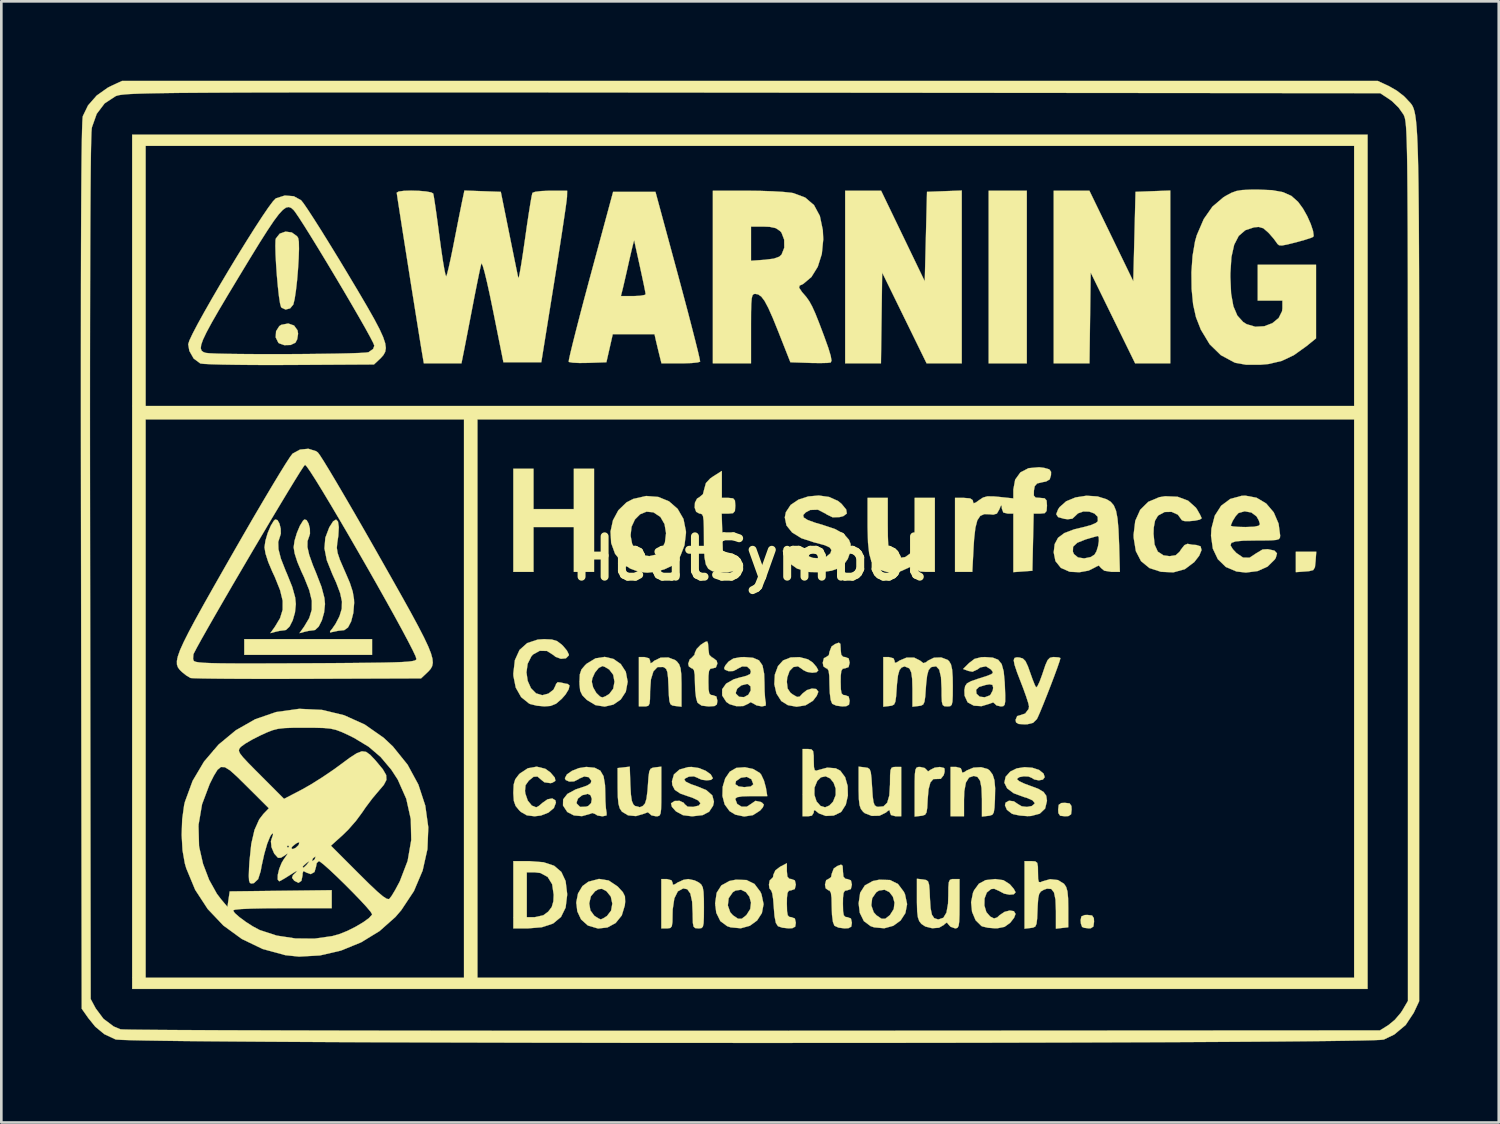
<source format=kicad_pcb>
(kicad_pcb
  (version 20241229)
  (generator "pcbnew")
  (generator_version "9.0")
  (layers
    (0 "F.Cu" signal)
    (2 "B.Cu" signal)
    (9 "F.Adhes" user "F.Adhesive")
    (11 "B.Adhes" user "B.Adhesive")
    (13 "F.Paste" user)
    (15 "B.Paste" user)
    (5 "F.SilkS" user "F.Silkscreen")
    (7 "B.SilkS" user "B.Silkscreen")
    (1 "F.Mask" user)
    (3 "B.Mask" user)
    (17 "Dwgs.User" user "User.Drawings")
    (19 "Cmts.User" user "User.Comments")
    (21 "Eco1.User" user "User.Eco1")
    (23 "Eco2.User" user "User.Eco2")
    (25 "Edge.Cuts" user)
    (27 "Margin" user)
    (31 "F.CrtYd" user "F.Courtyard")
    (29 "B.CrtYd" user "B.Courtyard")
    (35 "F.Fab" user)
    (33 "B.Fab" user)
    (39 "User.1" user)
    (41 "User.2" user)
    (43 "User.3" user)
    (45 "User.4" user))
  (footprint "HeatSymbol"
    (layer "F.Cu")
    (at 25.224 18.037)
    (property "Reference" "HeatSymbol" (at 0 0 0) (layer "F.SilkS") (effects (font (size 1.524 1.524) (thickness 0.3))))
    (attr through_hole)
    (fp_poly (pts (xy -14.224 3.641) (xy -19.05 3.641) (xy -19.05 3.048) (xy -14.224 3.048) (xy -14.224 3.641)) (stroke (width 0.01) (type solid)) (fill yes) (layer "F.SilkS"))
    (fp_poly (pts (xy 10.499 -7.366) (xy 9.059 -7.366) (xy 9.059 -13.885) (xy 10.499 -13.885) (xy 10.499 -7.366)) (stroke (width 0.01) (type solid)) (fill yes) (layer "F.SilkS"))
    (fp_poly (pts (xy 21.404 0.106) (xy 21.38 0.332) (xy 21.316 0.44) (xy 21.162 0.48) (xy 21.018 0.492) (xy 20.659 0.518) (xy 20.659 -0.254) (xy 21.43 -0.254) (xy 21.404 0.106)) (stroke (width 0.01) (type solid)) (fill yes) (layer "F.SilkS"))
    (fp_poly (pts (xy -8.128 -1.863) (xy -6.604 -1.863) (xy -6.604 -3.387) (xy -5.842 -3.387) (xy -5.842 0.508) (xy -6.604 0.508) (xy -6.604 -1.185) (xy -8.128 -1.185) (xy -8.128 0.508) (xy -8.89 0.508) (xy -8.89 -3.387) (xy -8.128 -3.387) (xy -8.128 -1.863)) (stroke (width 0.01) (type solid)) (fill yes) (layer "F.SilkS"))
    (fp_poly (pts (xy 12.118 9.25) (xy 12.184 9.349) (xy 12.192 9.483) (xy 12.171 9.663) (xy 12.072 9.729) (xy 11.938 9.737) (xy 11.758 9.716) (xy 11.692 9.617) (xy 11.684 9.483) (xy 11.705 9.303) (xy 11.804 9.236) (xy 11.938 9.229) (xy 12.118 9.25)) (stroke (width 0.01) (type solid)) (fill yes) (layer "F.SilkS"))
    (fp_poly (pts (xy 12.965 13.483) (xy 13.031 13.582) (xy 13.039 13.716) (xy 13.015 13.899) (xy 12.918 13.965) (xy 12.841 13.97) (xy 12.663 13.948) (xy 12.587 13.914) (xy 12.543 13.792) (xy 12.531 13.66) (xy 12.561 13.518) (xy 12.686 13.466) (xy 12.785 13.462) (xy 12.965 13.483)) (stroke (width 0.01) (type solid)) (fill yes) (layer "F.SilkS"))
    (fp_poly (pts (xy -17.17 -8.795) (xy -17.038 -8.613) (xy -17.018 -8.485) (xy -17.052 -8.273) (xy -17.12 -8.145) (xy -17.303 -8.06) (xy -17.542 -8.054) (xy -17.741 -8.126) (xy -17.763 -8.145) (xy -17.864 -8.348) (xy -17.849 -8.581) (xy -17.728 -8.772) (xy -17.653 -8.821) (xy -17.39 -8.872) (xy -17.17 -8.795)) (stroke (width 0.01) (type solid)) (fill yes) (layer "F.SilkS"))
    (fp_poly (pts (xy 15.917 -7.366) (xy 14.591 -7.366) (xy 12.912 -10.795) (xy 12.889 -9.081) (xy 12.866 -7.366) (xy 11.515 -7.366) (xy 11.515 -13.885) (xy 12.189 -13.885) (xy 12.863 -13.885) (xy 14.52 -10.466) (xy 14.563 -12.154) (xy 14.605 -13.843) (xy 15.261 -13.868) (xy 15.917 -13.892) (xy 15.917 -7.366)) (stroke (width 0.01) (type solid)) (fill yes) (layer "F.SilkS"))
    (fp_poly (pts (xy 8.043 -7.366) (xy 6.716 -7.366) (xy 5.877 -9.081) (xy 5.038 -10.795) (xy 5.015 -9.081) (xy 4.992 -7.366) (xy 3.641 -7.366) (xy 3.641 -13.885) (xy 4.319 -13.885) (xy 4.998 -13.885) (xy 5.822 -12.175) (xy 6.646 -10.465) (xy 6.689 -12.154) (xy 6.731 -13.843) (xy 7.387 -13.868) (xy 8.043 -13.892) (xy 8.043 -7.366)) (stroke (width 0.01) (type solid)) (fill yes) (layer "F.SilkS"))
    (fp_poly (pts (xy 23.368 16.256) (xy -23.283 16.256) (xy -23.283 -5.249) (xy -22.775 -5.249) (xy -22.775 15.833) (xy -10.753 15.833) (xy -10.753 -5.249) (xy -10.245 -5.249) (xy -10.245 15.833) (xy 22.86 15.833) (xy 22.86 -5.249) (xy -10.245 -5.249) (xy -10.753 -5.249) (xy -22.775 -5.249) (xy -23.283 -5.249) (xy -23.283 -15.579) (xy -22.775 -15.579) (xy -22.775 -5.757) (xy 22.86 -5.757) (xy 22.86 -15.579) (xy -22.775 -15.579) (xy -23.283 -15.579) (xy -23.283 -16.002) (xy 23.368 -16.002) (xy 23.368 16.256)) (stroke (width 0.01) (type solid)) (fill yes) (layer "F.SilkS"))
    (fp_poly (pts (xy -17.255 -12.309) (xy -17.058 -12.167) (xy -17.014 -12.1) (xy -16.989 -11.957) (xy -16.984 -11.685) (xy -16.996 -11.326) (xy -17.021 -10.917) (xy -17.056 -10.499) (xy -17.1 -10.112) (xy -17.148 -9.796) (xy -17.198 -9.589) (xy -17.198 -9.588) (xy -17.318 -9.443) (xy -17.489 -9.398) (xy -17.64 -9.468) (xy -17.662 -9.497) (xy -17.699 -9.632) (xy -17.74 -9.898) (xy -17.78 -10.254) (xy -17.817 -10.661) (xy -17.847 -11.081) (xy -17.868 -11.473) (xy -17.876 -11.798) (xy -17.87 -12.018) (xy -17.858 -12.079) (xy -17.713 -12.263) (xy -17.493 -12.341) (xy -17.255 -12.309)) (stroke (width 0.01) (type solid)) (fill yes) (layer "F.SilkS"))
    (fp_poly (pts (xy -7.751 11.472) (xy -7.351 11.604) (xy -7.077 11.838) (xy -6.916 12.183) (xy -6.859 12.65) (xy -6.858 12.713) (xy -6.915 13.183) (xy -7.09 13.539) (xy -7.388 13.786) (xy -7.814 13.927) (xy -8.337 13.97) (xy -8.89 13.97) (xy -8.89 11.853) (xy -8.382 11.853) (xy -8.382 13.547) (xy -8.082 13.547) (xy -7.758 13.475) (xy -7.574 13.339) (xy -7.44 13.164) (xy -7.378 12.948) (xy -7.366 12.7) (xy -7.424 12.303) (xy -7.594 12.027) (xy -7.87 11.878) (xy -8.082 11.853) (xy -8.382 11.853) (xy -8.89 11.853) (xy -8.89 11.43) (xy -8.289 11.43) (xy -7.751 11.472)) (stroke (width 0.01) (type solid)) (fill yes) (layer "F.SilkS"))
    (fp_poly (pts (xy 6.642 7.913) (xy 6.713 7.98) (xy 6.77 8.043) (xy 6.864 7.98) (xy 7.021 7.901) (xy 7.216 7.875) (xy 7.367 7.911) (xy 7.393 7.938) (xy 7.396 8.058) (xy 7.361 8.185) (xy 7.251 8.323) (xy 7.132 8.327) (xy 6.97 8.333) (xy 6.859 8.459) (xy 6.789 8.721) (xy 6.756 9.105) (xy 6.74 9.414) (xy 6.712 9.593) (xy 6.657 9.679) (xy 6.559 9.713) (xy 6.498 9.721) (xy 6.265 9.748) (xy 6.265 8.811) (xy 6.266 8.403) (xy 6.274 8.135) (xy 6.295 7.977) (xy 6.335 7.901) (xy 6.4 7.876) (xy 6.47 7.874) (xy 6.642 7.913)) (stroke (width 0.01) (type solid)) (fill yes) (layer "F.SilkS"))
    (fp_poly (pts (xy 8.004 7.919) (xy 8.043 8.006) (xy 8.059 8.09) (xy 8.135 8.07) (xy 8.232 8.006) (xy 8.486 7.9) (xy 8.775 7.883) (xy 9.023 7.953) (xy 9.095 8.007) (xy 9.21 8.163) (xy 9.277 8.373) (xy 9.304 8.675) (xy 9.296 9.103) (xy 9.28 9.413) (xy 9.252 9.592) (xy 9.198 9.679) (xy 9.1 9.713) (xy 9.038 9.721) (xy 8.805 9.748) (xy 8.805 9.082) (xy 8.789 8.667) (xy 8.737 8.398) (xy 8.64 8.254) (xy 8.498 8.213) (xy 8.318 8.273) (xy 8.2 8.463) (xy 8.139 8.795) (xy 8.128 9.108) (xy 8.128 9.737) (xy 7.62 9.737) (xy 7.62 7.874) (xy 7.832 7.874) (xy 8.004 7.919)) (stroke (width 0.01) (type solid)) (fill yes) (layer "F.SilkS"))
    (fp_poly (pts (xy -0.086 12.144) (xy 0.217 12.293) (xy 0.438 12.587) (xy 0.481 12.681) (xy 0.56 13.054) (xy 0.496 13.392) (xy 0.314 13.673) (xy 0.04 13.872) (xy -0.301 13.966) (xy -0.683 13.931) (xy -0.816 13.886) (xy -1.073 13.695) (xy -1.227 13.381) (xy -1.261 13.103) (xy -0.79 13.103) (xy -0.699 13.362) (xy -0.597 13.475) (xy -0.407 13.604) (xy -0.265 13.606) (xy -0.103 13.48) (xy -0.085 13.462) (xy 0.056 13.239) (xy 0.085 12.998) (xy 0.023 12.773) (xy -0.109 12.6) (xy -0.29 12.511) (xy -0.5 12.541) (xy -0.603 12.606) (xy -0.758 12.829) (xy -0.79 13.103) (xy -1.261 13.103) (xy -1.27 13.025) (xy -1.212 12.626) (xy -1.034 12.347) (xy -0.731 12.18) (xy -0.486 12.131) (xy -0.086 12.144)) (stroke (width 0.01) (type solid)) (fill yes) (layer "F.SilkS"))
    (fp_poly (pts (xy 5.333 12.144) (xy 5.635 12.293) (xy 5.856 12.587) (xy 5.9 12.681) (xy 5.979 13.054) (xy 5.915 13.392) (xy 5.733 13.673) (xy 5.458 13.872) (xy 5.117 13.966) (xy 4.736 13.931) (xy 4.602 13.886) (xy 4.346 13.695) (xy 4.192 13.381) (xy 4.158 13.103) (xy 4.628 13.103) (xy 4.719 13.362) (xy 4.821 13.475) (xy 5.011 13.604) (xy 5.154 13.606) (xy 5.316 13.48) (xy 5.334 13.462) (xy 5.475 13.239) (xy 5.504 12.998) (xy 5.442 12.773) (xy 5.31 12.6) (xy 5.129 12.511) (xy 4.919 12.541) (xy 4.816 12.606) (xy 4.661 12.829) (xy 4.628 13.103) (xy 4.158 13.103) (xy 4.149 13.025) (xy 4.207 12.626) (xy 4.384 12.347) (xy 4.687 12.18) (xy 4.933 12.131) (xy 5.333 12.144)) (stroke (width 0.01) (type solid)) (fill yes) (layer "F.SilkS"))
    (fp_poly (pts (xy -17.796 -1.448) (xy -17.721 -1.314) (xy -17.674 -1.124) (xy -17.67 -0.935) (xy -17.697 -0.844) (xy -17.768 -0.623) (xy -17.759 -0.347) (xy -17.667 0.009) (xy -17.485 0.473) (xy -17.441 0.572) (xy -17.238 1.078) (xy -17.128 1.473) (xy -17.103 1.723) (xy -17.135 2.04) (xy -17.221 2.338) (xy -17.34 2.573) (xy -17.474 2.7) (xy -17.521 2.71) (xy -17.705 2.733) (xy -17.859 2.767) (xy -18.065 2.822) (xy -17.89 2.575) (xy -17.698 2.254) (xy -17.601 1.939) (xy -17.6 1.598) (xy -17.697 1.199) (xy -17.893 0.709) (xy -17.997 0.486) (xy -18.145 0.136) (xy -18.248 -0.185) (xy -18.286 -0.419) (xy -18.286 -0.421) (xy -18.251 -0.668) (xy -18.166 -0.958) (xy -18.051 -1.23) (xy -17.933 -1.424) (xy -17.882 -1.471) (xy -17.796 -1.448)) (stroke (width 0.01) (type solid)) (fill yes) (layer "F.SilkS"))
    (fp_poly (pts (xy -16.696 -1.448) (xy -16.621 -1.314) (xy -16.573 -1.124) (xy -16.569 -0.935) (xy -16.596 -0.844) (xy -16.662 -0.655) (xy -16.665 -0.429) (xy -16.598 -0.134) (xy -16.457 0.261) (xy -16.341 0.54) (xy -16.134 1.076) (xy -16.024 1.492) (xy -16.002 1.722) (xy -16.035 2.039) (xy -16.12 2.338) (xy -16.239 2.573) (xy -16.373 2.7) (xy -16.42 2.71) (xy -16.605 2.733) (xy -16.759 2.767) (xy -16.965 2.822) (xy -16.789 2.575) (xy -16.598 2.254) (xy -16.501 1.939) (xy -16.499 1.598) (xy -16.596 1.199) (xy -16.792 0.709) (xy -16.896 0.486) (xy -17.044 0.136) (xy -17.147 -0.185) (xy -17.185 -0.419) (xy -17.185 -0.421) (xy -17.151 -0.668) (xy -17.065 -0.958) (xy -16.951 -1.23) (xy -16.832 -1.424) (xy -16.781 -1.471) (xy -16.696 -1.448)) (stroke (width 0.01) (type solid)) (fill yes) (layer "F.SilkS"))
    (fp_poly (pts (xy -15.511 -1.393) (xy -15.48 -1.184) (xy -15.499 -0.852) (xy -15.54 -0.577) (xy -15.555 -0.397) (xy -15.524 -0.2) (xy -15.438 0.055) (xy -15.284 0.411) (xy -15.249 0.489) (xy -15.064 0.919) (xy -14.955 1.253) (xy -14.907 1.541) (xy -14.901 1.683) (xy -14.932 2.058) (xy -15.014 2.379) (xy -15.134 2.608) (xy -15.277 2.709) (xy -15.299 2.71) (xy -15.501 2.732) (xy -15.663 2.766) (xy -15.809 2.796) (xy -15.81 2.752) (xy -15.73 2.656) (xy -15.603 2.47) (xy -15.472 2.219) (xy -15.448 2.163) (xy -15.369 1.902) (xy -15.361 1.63) (xy -15.429 1.311) (xy -15.58 0.91) (xy -15.724 0.593) (xy -15.934 0.067) (xy -16.022 -0.379) (xy -15.989 -0.782) (xy -15.84 -1.174) (xy -15.696 -1.4) (xy -15.584 -1.469) (xy -15.511 -1.393)) (stroke (width 0.01) (type solid)) (fill yes) (layer "F.SilkS"))
    (fp_poly (pts (xy 10.818 11.439) (xy 10.893 11.496) (xy 10.919 11.643) (xy 10.922 11.856) (xy 10.927 12.104) (xy 10.954 12.217) (xy 11.019 12.226) (xy 11.086 12.195) (xy 11.38 12.112) (xy 11.677 12.145) (xy 11.904 12.285) (xy 11.986 12.407) (xy 12.035 12.575) (xy 12.059 12.833) (xy 12.065 13.196) (xy 12.065 13.928) (xy 11.832 13.954) (xy 11.599 13.981) (xy 11.599 13.309) (xy 11.583 12.886) (xy 11.527 12.615) (xy 11.423 12.481) (xy 11.263 12.469) (xy 11.135 12.515) (xy 11.03 12.577) (xy 10.966 12.672) (xy 10.93 12.84) (xy 10.91 13.122) (xy 10.904 13.268) (xy 10.89 13.599) (xy 10.866 13.797) (xy 10.821 13.899) (xy 10.74 13.94) (xy 10.647 13.954) (xy 10.414 13.981) (xy 10.414 11.43) (xy 10.668 11.43) (xy 10.818 11.439)) (stroke (width 0.01) (type solid)) (fill yes) (layer "F.SilkS"))
    (fp_poly (pts (xy -5.11 3.795) (xy -4.833 3.987) (xy -4.643 4.28) (xy -4.572 4.657) (xy -4.643 5.035) (xy -4.834 5.328) (xy -5.111 5.519) (xy -5.44 5.595) (xy -5.787 5.54) (xy -6.116 5.341) (xy -6.284 5.169) (xy -6.366 4.999) (xy -6.391 4.758) (xy -6.392 4.657) (xy -5.927 4.657) (xy -5.877 4.868) (xy -5.758 5.077) (xy -5.61 5.22) (xy -5.522 5.249) (xy -5.41 5.205) (xy -5.268 5.118) (xy -5.119 4.921) (xy -5.07 4.657) (xy -5.119 4.392) (xy -5.268 4.196) (xy -5.43 4.098) (xy -5.522 4.064) (xy -5.667 4.136) (xy -5.809 4.311) (xy -5.907 4.528) (xy -5.927 4.657) (xy -6.392 4.657) (xy -6.379 4.378) (xy -6.318 4.194) (xy -6.179 4.031) (xy -6.116 3.972) (xy -5.785 3.772) (xy -5.439 3.718) (xy -5.11 3.795)) (stroke (width 0.01) (type solid)) (fill yes) (layer "F.SilkS"))
    (fp_poly (pts (xy -3.763 3.772) (xy -3.725 3.865) (xy -3.713 3.958) (xy -3.648 3.933) (xy -3.571 3.865) (xy -3.327 3.747) (xy -3.036 3.74) (xy -2.773 3.842) (xy -2.709 3.895) (xy -2.627 4.001) (xy -2.576 4.146) (xy -2.549 4.368) (xy -2.54 4.709) (xy -2.54 4.832) (xy -2.54 5.599) (xy -2.773 5.572) (xy -2.887 5.553) (xy -2.958 5.502) (xy -2.997 5.386) (xy -3.017 5.168) (xy -3.03 4.852) (xy -3.047 4.506) (xy -3.073 4.292) (xy -3.119 4.174) (xy -3.194 4.116) (xy -3.237 4.1) (xy -3.447 4.104) (xy -3.6 4.263) (xy -3.694 4.57) (xy -3.725 5.005) (xy -3.729 5.311) (xy -3.747 5.486) (xy -3.795 5.565) (xy -3.885 5.587) (xy -3.937 5.588) (xy -4.149 5.588) (xy -4.149 3.725) (xy -3.937 3.725) (xy -3.763 3.772)) (stroke (width 0.01) (type solid)) (fill yes) (layer "F.SilkS"))
    (fp_poly (pts (xy -3.302 8.8) (xy -3.303 9.208) (xy -3.311 9.476) (xy -3.331 9.633) (xy -3.371 9.71) (xy -3.437 9.735) (xy -3.507 9.737) (xy -3.676 9.701) (xy -3.743 9.64) (xy -3.81 9.585) (xy -3.957 9.64) (xy -4.26 9.73) (xy -4.559 9.701) (xy -4.79 9.561) (xy -4.871 9.439) (xy -4.92 9.266) (xy -4.945 9.003) (xy -4.951 8.65) (xy -4.953 7.916) (xy -4.724 7.89) (xy -4.494 7.863) (xy -4.47 8.558) (xy -4.449 8.925) (xy -4.414 9.157) (xy -4.356 9.291) (xy -4.297 9.346) (xy -4.114 9.394) (xy -4 9.346) (xy -3.918 9.253) (xy -3.862 9.072) (xy -3.824 8.772) (xy -3.81 8.585) (xy -3.786 8.251) (xy -3.758 8.051) (xy -3.71 7.947) (xy -3.628 7.904) (xy -3.535 7.89) (xy -3.302 7.863) (xy -3.302 8.8)) (stroke (width 0.01) (type solid)) (fill yes) (layer "F.SilkS"))
    (fp_poly (pts (xy 5.249 -1.283) (xy 5.253 -0.844) (xy 5.265 -0.542) (xy 5.292 -0.346) (xy 5.337 -0.223) (xy 5.404 -0.14) (xy 5.404 -0.14) (xy 5.649 -0.013) (xy 5.906 -0.051) (xy 6.08 -0.173) (xy 6.161 -0.261) (xy 6.214 -0.371) (xy 6.245 -0.536) (xy 6.26 -0.791) (xy 6.265 -1.171) (xy 6.265 -1.316) (xy 6.265 -2.286) (xy 7.027 -2.286) (xy 7.027 0.508) (xy 6.689 0.508) (xy 6.467 0.494) (xy 6.369 0.437) (xy 6.35 0.337) (xy 6.338 0.223) (xy 6.269 0.224) (xy 6.149 0.297) (xy 5.745 0.481) (xy 5.333 0.525) (xy 5.2 0.507) (xy 4.946 0.428) (xy 4.759 0.302) (xy 4.629 0.104) (xy 4.547 -0.188) (xy 4.503 -0.597) (xy 4.488 -1.147) (xy 4.487 -1.267) (xy 4.487 -2.286) (xy 5.249 -2.286) (xy 5.249 -1.283)) (stroke (width 0.01) (type solid)) (fill yes) (layer "F.SilkS"))
    (fp_poly (pts (xy 1.439 11.809) (xy 1.458 12.014) (xy 1.531 12.097) (xy 1.609 12.107) (xy 1.741 12.157) (xy 1.778 12.319) (xy 1.738 12.485) (xy 1.609 12.531) (xy 1.514 12.549) (xy 1.463 12.631) (xy 1.442 12.814) (xy 1.439 13.039) (xy 1.446 13.322) (xy 1.473 13.476) (xy 1.534 13.537) (xy 1.609 13.547) (xy 1.741 13.596) (xy 1.778 13.758) (xy 1.754 13.905) (xy 1.647 13.962) (xy 1.503 13.969) (xy 1.27 13.944) (xy 1.103 13.888) (xy 1.024 13.766) (xy 0.972 13.505) (xy 0.945 13.17) (xy 0.921 12.865) (xy 0.885 12.639) (xy 0.845 12.534) (xy 0.837 12.531) (xy 0.781 12.458) (xy 0.762 12.319) (xy 0.791 12.16) (xy 0.847 12.107) (xy 0.916 12.037) (xy 0.931 11.94) (xy 1.007 11.776) (xy 1.185 11.642) (xy 1.439 11.51) (xy 1.439 11.809)) (stroke (width 0.01) (type solid)) (fill yes) (layer "F.SilkS"))
    (fp_poly (pts (xy 4.381 7.89) (xy 4.495 7.909) (xy 4.566 7.96) (xy 4.608 8.075) (xy 4.634 8.291) (xy 4.657 8.636) (xy 4.681 8.988) (xy 4.711 9.204) (xy 4.755 9.32) (xy 4.825 9.37) (xy 4.879 9.381) (xy 5.087 9.362) (xy 5.228 9.224) (xy 5.307 8.953) (xy 5.334 8.534) (xy 5.334 8.503) (xy 5.337 8.182) (xy 5.353 7.994) (xy 5.394 7.904) (xy 5.474 7.876) (xy 5.546 7.874) (xy 5.757 7.874) (xy 5.757 9.737) (xy 5.546 9.737) (xy 5.372 9.69) (xy 5.334 9.597) (xy 5.322 9.504) (xy 5.257 9.529) (xy 5.179 9.597) (xy 4.936 9.715) (xy 4.644 9.722) (xy 4.381 9.62) (xy 4.318 9.567) (xy 4.235 9.461) (xy 4.184 9.316) (xy 4.158 9.094) (xy 4.149 8.753) (xy 4.149 8.63) (xy 4.149 7.863) (xy 4.381 7.89)) (stroke (width 0.01) (type solid)) (fill yes) (layer "F.SilkS"))
    (fp_poly (pts (xy -7.684 7.942) (xy -7.489 8.082) (xy -7.324 8.276) (xy -7.301 8.399) (xy -7.419 8.471) (xy -7.485 8.486) (xy -7.719 8.453) (xy -7.823 8.369) (xy -7.978 8.236) (xy -8.125 8.245) (xy -8.307 8.392) (xy -8.429 8.564) (xy -8.449 8.778) (xy -8.436 8.878) (xy -8.345 9.144) (xy -8.191 9.333) (xy -8.027 9.398) (xy -7.923 9.344) (xy -7.789 9.229) (xy -7.597 9.095) (xy -7.419 9.063) (xy -7.303 9.133) (xy -7.281 9.223) (xy -7.359 9.425) (xy -7.561 9.596) (xy -7.846 9.708) (xy -8.086 9.737) (xy -8.381 9.701) (xy -8.605 9.572) (xy -8.667 9.513) (xy -8.804 9.346) (xy -8.871 9.155) (xy -8.89 8.873) (xy -8.89 8.83) (xy -8.876 8.537) (xy -8.818 8.341) (xy -8.69 8.17) (xy -8.643 8.121) (xy -8.342 7.923) (xy -8.007 7.863) (xy -7.684 7.942)) (stroke (width 0.01) (type solid)) (fill yes) (layer "F.SilkS"))
    (fp_poly (pts (xy -5.289 12.161) (xy -4.953 12.387) (xy -4.934 12.406) (xy -4.755 12.601) (xy -4.675 12.762) (xy -4.667 12.964) (xy -4.68 13.102) (xy -4.795 13.481) (xy -5.024 13.765) (xy -5.334 13.935) (xy -5.69 13.975) (xy -6.06 13.866) (xy -6.087 13.852) (xy -6.333 13.63) (xy -6.475 13.326) (xy -6.508 13.025) (xy -6.024 13.025) (xy -5.98 13.291) (xy -5.831 13.494) (xy -5.823 13.5) (xy -5.668 13.597) (xy -5.588 13.631) (xy -5.491 13.588) (xy -5.353 13.5) (xy -5.199 13.3) (xy -5.152 13.035) (xy -5.209 12.77) (xy -5.368 12.571) (xy -5.376 12.565) (xy -5.542 12.476) (xy -5.672 12.49) (xy -5.8 12.565) (xy -5.963 12.761) (xy -6.024 13.025) (xy -6.508 13.025) (xy -6.513 12.985) (xy -6.447 12.652) (xy -6.28 12.372) (xy -6.056 12.208) (xy -5.656 12.102) (xy -5.289 12.161)) (stroke (width 0.01) (type solid)) (fill yes) (layer "F.SilkS"))
    (fp_poly (pts (xy 2.238 3.812) (xy 2.417 3.933) (xy 2.557 4.097) (xy 2.624 4.221) (xy 2.625 4.229) (xy 2.556 4.299) (xy 2.393 4.316) (xy 2.204 4.286) (xy 2.053 4.212) (xy 2.032 4.191) (xy 1.859 4.074) (xy 1.686 4.101) (xy 1.541 4.249) (xy 1.453 4.496) (xy 1.439 4.661) (xy 1.467 4.911) (xy 1.574 5.071) (xy 1.662 5.137) (xy 1.824 5.23) (xy 1.924 5.217) (xy 2.035 5.097) (xy 2.197 4.971) (xy 2.386 4.913) (xy 2.547 4.93) (xy 2.624 5.025) (xy 2.625 5.042) (xy 2.568 5.187) (xy 2.432 5.365) (xy 2.417 5.38) (xy 2.143 5.547) (xy 1.808 5.6) (xy 1.476 5.54) (xy 1.229 5.386) (xy 1.046 5.1) (xy 0.965 4.75) (xy 0.985 4.388) (xy 1.104 4.066) (xy 1.295 3.853) (xy 1.582 3.739) (xy 1.92 3.728) (xy 2.238 3.812)) (stroke (width 0.01) (type solid)) (fill yes) (layer "F.SilkS"))
    (fp_poly (pts (xy -2.918 12.153) (xy -2.879 12.239) (xy -2.863 12.324) (xy -2.787 12.304) (xy -2.69 12.239) (xy -2.463 12.136) (xy -2.286 12.107) (xy -2.047 12.157) (xy -1.882 12.239) (xy -1.793 12.315) (xy -1.738 12.419) (xy -1.708 12.587) (xy -1.695 12.857) (xy -1.693 13.17) (xy -1.695 13.542) (xy -1.705 13.776) (xy -1.732 13.904) (xy -1.785 13.958) (xy -1.871 13.97) (xy -1.905 13.97) (xy -2.019 13.96) (xy -2.083 13.905) (xy -2.11 13.767) (xy -2.117 13.506) (xy -2.117 13.425) (xy -2.138 12.962) (xy -2.206 12.653) (xy -2.323 12.491) (xy -2.475 12.461) (xy -2.678 12.572) (xy -2.81 12.837) (xy -2.872 13.254) (xy -2.877 13.441) (xy -2.882 13.73) (xy -2.905 13.888) (xy -2.962 13.955) (xy -3.069 13.97) (xy -3.09 13.97) (xy -3.302 13.97) (xy -3.302 12.107) (xy -3.09 12.107) (xy -2.918 12.153)) (stroke (width 0.01) (type solid)) (fill yes) (layer "F.SilkS"))
    (fp_poly (pts (xy 3.459 3.224) (xy 3.471 3.397) (xy 3.471 3.431) (xy 3.491 3.634) (xy 3.565 3.716) (xy 3.641 3.725) (xy 3.773 3.775) (xy 3.81 3.937) (xy 3.77 4.103) (xy 3.641 4.149) (xy 3.546 4.167) (xy 3.495 4.249) (xy 3.474 4.432) (xy 3.471 4.657) (xy 3.478 4.94) (xy 3.505 5.094) (xy 3.566 5.155) (xy 3.641 5.165) (xy 3.773 5.214) (xy 3.81 5.376) (xy 3.786 5.523) (xy 3.68 5.58) (xy 3.531 5.588) (xy 3.306 5.559) (xy 3.152 5.489) (xy 3.15 5.486) (xy 3.094 5.345) (xy 3.059 5.075) (xy 3.048 4.767) (xy 3.041 4.437) (xy 3.016 4.245) (xy 2.966 4.161) (xy 2.921 4.149) (xy 2.819 4.075) (xy 2.794 3.937) (xy 2.838 3.767) (xy 2.921 3.725) (xy 3.024 3.653) (xy 3.048 3.527) (xy 3.126 3.326) (xy 3.26 3.233) (xy 3.401 3.18) (xy 3.459 3.224)) (stroke (width 0.01) (type solid)) (fill yes) (layer "F.SilkS"))
    (fp_poly (pts (xy 3.544 11.606) (xy 3.556 11.779) (xy 3.556 11.813) (xy 3.575 12.016) (xy 3.65 12.098) (xy 3.725 12.107) (xy 3.858 12.157) (xy 3.895 12.319) (xy 3.855 12.485) (xy 3.725 12.531) (xy 3.631 12.549) (xy 3.58 12.631) (xy 3.559 12.814) (xy 3.556 13.039) (xy 3.562 13.322) (xy 3.589 13.476) (xy 3.65 13.537) (xy 3.725 13.547) (xy 3.858 13.596) (xy 3.895 13.758) (xy 3.871 13.905) (xy 3.765 13.962) (xy 3.615 13.97) (xy 3.391 13.941) (xy 3.237 13.871) (xy 3.234 13.868) (xy 3.179 13.727) (xy 3.143 13.457) (xy 3.133 13.149) (xy 3.126 12.819) (xy 3.101 12.627) (xy 3.051 12.543) (xy 3.006 12.531) (xy 2.904 12.457) (xy 2.879 12.319) (xy 2.923 12.149) (xy 3.006 12.107) (xy 3.108 12.035) (xy 3.133 11.909) (xy 3.21 11.708) (xy 3.344 11.615) (xy 3.486 11.562) (xy 3.544 11.606)) (stroke (width 0.01) (type solid)) (fill yes) (layer "F.SilkS"))
    (fp_poly (pts (xy -1.016 -2.286) (xy -0.762 -2.286) (xy -0.591 -2.269) (xy -0.521 -2.186) (xy -0.508 -1.99) (xy -0.522 -1.791) (xy -0.594 -1.709) (xy -0.765 -1.693) (xy -1.022 -1.693) (xy -0.998 -0.91) (xy -0.974 -0.127) (xy -0.741 -0.1) (xy -0.553 -0.011) (xy -0.439 0.165) (xy -0.434 0.36) (xy -0.457 0.409) (xy -0.583 0.483) (xy -0.814 0.527) (xy -1.088 0.532) (xy -1.185 0.522) (xy -1.389 0.476) (xy -1.53 0.387) (xy -1.62 0.228) (xy -1.67 -0.029) (xy -1.691 -0.41) (xy -1.693 -0.733) (xy -1.695 -1.148) (xy -1.704 -1.422) (xy -1.725 -1.585) (xy -1.763 -1.665) (xy -1.824 -1.691) (xy -1.863 -1.693) (xy -1.986 -1.761) (xy -2.043 -1.92) (xy -2.031 -2.108) (xy -1.952 -2.26) (xy -1.869 -2.309) (xy -1.731 -2.424) (xy -1.678 -2.628) (xy -1.617 -2.846) (xy -1.454 -3.021) (xy -1.333 -3.104) (xy -1.016 -3.304) (xy -1.016 -2.286)) (stroke (width 0.01) (type solid)) (fill yes) (layer "F.SilkS"))
    (fp_poly (pts (xy 6.583 12.123) (xy 6.699 12.143) (xy 6.77 12.195) (xy 6.808 12.314) (xy 6.829 12.537) (xy 6.841 12.824) (xy 6.866 13.208) (xy 6.916 13.452) (xy 7.002 13.582) (xy 7.136 13.628) (xy 7.169 13.63) (xy 7.348 13.569) (xy 7.465 13.375) (xy 7.525 13.036) (xy 7.535 12.736) (xy 7.538 12.415) (xy 7.554 12.228) (xy 7.596 12.138) (xy 7.675 12.109) (xy 7.747 12.107) (xy 7.959 12.107) (xy 7.959 13.039) (xy 7.957 13.447) (xy 7.947 13.714) (xy 7.925 13.871) (xy 7.884 13.946) (xy 7.821 13.969) (xy 7.794 13.97) (xy 7.62 13.908) (xy 7.554 13.838) (xy 7.483 13.749) (xy 7.403 13.8) (xy 7.37 13.838) (xy 7.185 13.945) (xy 6.927 13.964) (xy 6.669 13.9) (xy 6.519 13.801) (xy 6.436 13.694) (xy 6.386 13.549) (xy 6.359 13.327) (xy 6.35 12.987) (xy 6.35 12.864) (xy 6.35 12.096) (xy 6.583 12.123)) (stroke (width 0.01) (type solid)) (fill yes) (layer "F.SilkS"))
    (fp_poly (pts (xy 9.617 12.15) (xy 9.847 12.296) (xy 9.868 12.315) (xy 10.008 12.479) (xy 10.075 12.603) (xy 10.075 12.611) (xy 10.007 12.683) (xy 9.844 12.697) (xy 9.648 12.659) (xy 9.483 12.573) (xy 9.474 12.565) (xy 9.267 12.473) (xy 9.15 12.486) (xy 8.989 12.616) (xy 8.904 12.842) (xy 8.898 13.106) (xy 8.972 13.354) (xy 9.117 13.522) (xy 9.263 13.595) (xy 9.381 13.556) (xy 9.476 13.468) (xy 9.659 13.346) (xy 9.855 13.295) (xy 10.012 13.32) (xy 10.075 13.424) (xy 10.019 13.569) (xy 9.882 13.747) (xy 9.868 13.762) (xy 9.658 13.912) (xy 9.39 13.966) (xy 9.296 13.967) (xy 9.032 13.946) (xy 8.823 13.897) (xy 8.784 13.879) (xy 8.565 13.661) (xy 8.432 13.345) (xy 8.396 12.982) (xy 8.467 12.625) (xy 8.51 12.529) (xy 8.692 12.281) (xy 8.943 12.147) (xy 9.305 12.107) (xy 9.312 12.107) (xy 9.617 12.15)) (stroke (width 0.01) (type solid)) (fill yes) (layer "F.SilkS"))
    (fp_poly (pts (xy -1.539 3.207) (xy -1.524 3.389) (xy -1.524 3.419) (xy -1.495 3.636) (xy -1.391 3.738) (xy -1.355 3.75) (xy -1.211 3.863) (xy -1.185 3.971) (xy -1.241 4.118) (xy -1.355 4.149) (xy -1.449 4.167) (xy -1.5 4.249) (xy -1.521 4.432) (xy -1.524 4.657) (xy -1.518 4.94) (xy -1.491 5.094) (xy -1.43 5.155) (xy -1.355 5.165) (xy -1.222 5.214) (xy -1.185 5.376) (xy -1.204 5.513) (xy -1.292 5.574) (xy -1.497 5.588) (xy -1.521 5.588) (xy -1.78 5.558) (xy -1.924 5.457) (xy -1.944 5.424) (xy -1.99 5.256) (xy -2.022 4.983) (xy -2.032 4.705) (xy -2.04 4.394) (xy -2.07 4.221) (xy -2.129 4.153) (xy -2.159 4.149) (xy -2.262 4.078) (xy -2.286 3.977) (xy -2.231 3.814) (xy -2.159 3.756) (xy -2.05 3.64) (xy -2.032 3.557) (xy -1.968 3.42) (xy -1.819 3.266) (xy -1.651 3.155) (xy -1.569 3.133) (xy -1.539 3.207)) (stroke (width 0.01) (type solid)) (fill yes) (layer "F.SilkS"))
    (fp_poly (pts (xy -3.415 -2.322) (xy -3.011 -2.156) (xy -2.686 -1.873) (xy -2.465 -1.491) (xy -2.372 -1.025) (xy -2.371 -0.958) (xy -2.427 -0.496) (xy -2.584 -0.091) (xy -2.821 0.213) (xy -2.911 0.282) (xy -3.182 0.41) (xy -3.515 0.502) (xy -3.825 0.538) (xy -3.937 0.53) (xy -4.257 0.465) (xy -4.48 0.381) (xy -4.677 0.248) (xy -4.774 0.166) (xy -5.049 -0.177) (xy -5.196 -0.583) (xy -5.211 -0.864) (xy -4.463 -0.864) (xy -4.405 -0.557) (xy -4.264 -0.275) (xy -4.05 -0.128) (xy -3.753 -0.087) (xy -3.487 -0.147) (xy -3.308 -0.308) (xy -3.165 -0.603) (xy -3.123 -0.954) (xy -3.18 -1.295) (xy -3.334 -1.563) (xy -3.34 -1.57) (xy -3.6 -1.741) (xy -3.861 -1.766) (xy -4.102 -1.668) (xy -4.298 -1.471) (xy -4.426 -1.195) (xy -4.463 -0.864) (xy -5.211 -0.864) (xy -5.22 -1.015) (xy -5.128 -1.439) (xy -4.925 -1.817) (xy -4.619 -2.114) (xy -4.366 -2.246) (xy -3.875 -2.358) (xy -3.415 -2.322)) (stroke (width 0.01) (type solid)) (fill yes) (layer "F.SilkS"))
    (fp_poly (pts (xy 2.368 7.21) (xy 2.431 7.279) (xy 2.453 7.445) (xy 2.455 7.629) (xy 2.462 7.881) (xy 2.492 7.997) (xy 2.558 8.014) (xy 2.603 7.997) (xy 2.964 7.9) (xy 3.283 7.925) (xy 3.457 8.015) (xy 3.639 8.26) (xy 3.734 8.592) (xy 3.743 8.957) (xy 3.665 9.298) (xy 3.5 9.559) (xy 3.466 9.588) (xy 3.206 9.71) (xy 2.909 9.724) (xy 2.651 9.629) (xy 2.61 9.597) (xy 2.495 9.504) (xy 2.458 9.529) (xy 2.455 9.597) (xy 2.385 9.712) (xy 2.244 9.737) (xy 2.032 9.737) (xy 2.032 8.928) (xy 2.479 8.928) (xy 2.56 9.175) (xy 2.712 9.347) (xy 2.882 9.398) (xy 3.042 9.332) (xy 3.183 9.185) (xy 3.282 8.937) (xy 3.282 8.689) (xy 3.204 8.469) (xy 3.071 8.306) (xy 2.904 8.228) (xy 2.726 8.266) (xy 2.587 8.401) (xy 2.483 8.654) (xy 2.479 8.928) (xy 2.032 8.928) (xy 2.032 7.197) (xy 2.244 7.197) (xy 2.368 7.21)) (stroke (width 0.01) (type solid)) (fill yes) (layer "F.SilkS"))
    (fp_poly (pts (xy -7.437 3.062) (xy -7.241 3.12) (xy -7.07 3.248) (xy -7.014 3.302) (xy -6.864 3.483) (xy -6.793 3.629) (xy -6.794 3.662) (xy -6.905 3.772) (xy -7.093 3.79) (xy -7.293 3.717) (xy -7.378 3.648) (xy -7.621 3.494) (xy -7.893 3.488) (xy -8.143 3.625) (xy -8.207 3.694) (xy -8.35 3.979) (xy -8.394 4.302) (xy -8.348 4.622) (xy -8.224 4.9) (xy -8.033 5.094) (xy -7.796 5.165) (xy -7.565 5.104) (xy -7.374 4.956) (xy -7.283 4.77) (xy -7.281 4.746) (xy -7.216 4.674) (xy -7.091 4.688) (xy -6.915 4.729) (xy -6.837 4.74) (xy -6.768 4.798) (xy -6.8 4.943) (xy -6.92 5.139) (xy -7.061 5.3) (xy -7.278 5.487) (xy -7.484 5.57) (xy -7.717 5.587) (xy -8.001 5.561) (xy -8.248 5.5) (xy -8.295 5.48) (xy -8.595 5.237) (xy -8.798 4.879) (xy -8.887 4.438) (xy -8.89 4.344) (xy -8.831 3.84) (xy -8.656 3.456) (xy -8.367 3.197) (xy -7.97 3.065) (xy -7.729 3.048) (xy -7.437 3.062)) (stroke (width 0.01) (type solid)) (fill yes) (layer "F.SilkS"))
    (fp_poly (pts (xy 0.17 7.953) (xy 0.411 8.096) (xy 0.47 8.165) (xy 0.575 8.39) (xy 0.648 8.659) (xy 0.65 8.669) (xy 0.699 8.975) (xy 0.096 8.975) (xy -0.245 8.985) (xy -0.439 9.017) (xy -0.507 9.075) (xy -0.508 9.085) (xy -0.439 9.269) (xy -0.275 9.373) (xy -0.076 9.375) (xy 0.085 9.271) (xy 0.254 9.154) (xy 0.455 9.196) (xy 0.506 9.226) (xy 0.572 9.298) (xy 0.531 9.401) (xy 0.428 9.521) (xy 0.158 9.694) (xy -0.173 9.745) (xy -0.507 9.675) (xy -0.726 9.541) (xy -0.91 9.289) (xy -0.994 8.97) (xy -0.985 8.627) (xy -0.955 8.526) (xy -0.506 8.526) (xy -0.381 8.61) (xy -0.169 8.636) (xy 0.075 8.611) (xy 0.168 8.534) (xy 0.169 8.519) (xy 0.1 8.338) (xy -0.072 8.249) (xy -0.293 8.28) (xy -0.299 8.283) (xy -0.482 8.409) (xy -0.506 8.526) (xy -0.955 8.526) (xy -0.89 8.307) (xy -0.717 8.053) (xy -0.471 7.91) (xy -0.468 7.909) (xy -0.145 7.885) (xy 0.17 7.953)) (stroke (width 0.01) (type solid)) (fill yes) (layer "F.SilkS"))
    (fp_poly (pts (xy 11.702 3.737) (xy 11.769 3.762) (xy 11.739 3.875) (xy 11.659 4.108) (xy 11.543 4.425) (xy 11.404 4.791) (xy 11.257 5.169) (xy 11.116 5.523) (xy 10.995 5.816) (xy 10.907 6.014) (xy 10.878 6.069) (xy 10.737 6.208) (xy 10.522 6.262) (xy 10.412 6.265) (xy 10.191 6.251) (xy 10.094 6.193) (xy 10.075 6.096) (xy 10.136 5.953) (xy 10.228 5.927) (xy 10.438 5.857) (xy 10.567 5.686) (xy 10.583 5.592) (xy 10.554 5.459) (xy 10.474 5.211) (xy 10.359 4.891) (xy 10.287 4.705) (xy 10.129 4.294) (xy 10.036 4.015) (xy 10.005 3.844) (xy 10.035 3.759) (xy 10.123 3.734) (xy 10.217 3.741) (xy 10.349 3.778) (xy 10.448 3.876) (xy 10.542 4.074) (xy 10.619 4.291) (xy 10.718 4.568) (xy 10.802 4.778) (xy 10.851 4.869) (xy 10.902 4.823) (xy 10.984 4.649) (xy 11.082 4.383) (xy 11.101 4.325) (xy 11.205 4.017) (xy 11.287 3.837) (xy 11.372 3.752) (xy 11.484 3.726) (xy 11.531 3.725) (xy 11.702 3.737)) (stroke (width 0.01) (type solid)) (fill yes) (layer "F.SilkS"))
    (fp_poly (pts (xy 10.709 7.904) (xy 10.964 7.987) (xy 11.133 8.125) (xy 11.176 8.26) (xy 11.108 8.351) (xy 10.952 8.381) (xy 10.778 8.345) (xy 10.695 8.291) (xy 10.566 8.236) (xy 10.383 8.228) (xy 10.215 8.259) (xy 10.131 8.324) (xy 10.131 8.34) (xy 10.212 8.411) (xy 10.407 8.504) (xy 10.584 8.57) (xy 10.926 8.696) (xy 11.132 8.818) (xy 11.233 8.96) (xy 11.261 9.15) (xy 11.261 9.154) (xy 11.191 9.446) (xy 10.988 9.639) (xy 10.659 9.726) (xy 10.52 9.731) (xy 10.236 9.709) (xy 9.996 9.66) (xy 9.932 9.636) (xy 9.749 9.493) (xy 9.675 9.322) (xy 9.699 9.221) (xy 9.828 9.149) (xy 10.011 9.172) (xy 10.164 9.275) (xy 10.308 9.36) (xy 10.504 9.383) (xy 10.686 9.35) (xy 10.789 9.265) (xy 10.795 9.234) (xy 10.716 9.136) (xy 10.498 9.04) (xy 10.386 9.008) (xy 10.004 8.867) (xy 9.757 8.682) (xy 9.652 8.469) (xy 9.699 8.245) (xy 9.875 8.049) (xy 10.12 7.928) (xy 10.413 7.882) (xy 10.709 7.904)) (stroke (width 0.01) (type solid)) (fill yes) (layer "F.SilkS"))
    (fp_poly (pts (xy -1.89 7.914) (xy -1.631 8.016) (xy -1.436 8.154) (xy -1.355 8.298) (xy -1.355 8.303) (xy -1.425 8.363) (xy -1.588 8.38) (xy -1.775 8.357) (xy -1.914 8.297) (xy -1.921 8.29) (xy -2.07 8.229) (xy -2.261 8.24) (xy -2.406 8.312) (xy -2.432 8.353) (xy -2.376 8.431) (xy -2.186 8.524) (xy -1.995 8.589) (xy -1.604 8.747) (xy -1.377 8.947) (xy -1.314 9.189) (xy -1.348 9.339) (xy -1.496 9.565) (xy -1.742 9.693) (xy -2.115 9.736) (xy -2.149 9.737) (xy -2.483 9.696) (xy -2.737 9.558) (xy -2.761 9.539) (xy -2.903 9.378) (xy -2.935 9.253) (xy -2.93 9.243) (xy -2.796 9.158) (xy -2.608 9.155) (xy -2.455 9.227) (xy -2.423 9.276) (xy -2.309 9.373) (xy -2.096 9.382) (xy -1.883 9.331) (xy -1.824 9.243) (xy -1.913 9.137) (xy -2.144 9.029) (xy -2.244 8.998) (xy -2.589 8.877) (xy -2.793 8.739) (xy -2.886 8.561) (xy -2.9 8.416) (xy -2.825 8.155) (xy -2.614 7.971) (xy -2.29 7.88) (xy -2.161 7.874) (xy -1.89 7.914)) (stroke (width 0.01) (type solid)) (fill yes) (layer "F.SilkS"))
    (fp_poly (pts (xy 16.194 -2.329) (xy 16.59 -2.181) (xy 16.886 -1.915) (xy 16.931 -1.847) (xy 17.041 -1.654) (xy 17.099 -1.528) (xy 17.102 -1.514) (xy 17.029 -1.465) (xy 16.852 -1.427) (xy 16.637 -1.407) (xy 16.45 -1.41) (xy 16.355 -1.443) (xy 16.354 -1.446) (xy 16.203 -1.653) (xy 15.966 -1.759) (xy 15.703 -1.753) (xy 15.469 -1.626) (xy 15.445 -1.601) (xy 15.341 -1.425) (xy 15.293 -1.162) (xy 15.285 -0.931) (xy 15.324 -0.525) (xy 15.446 -0.257) (xy 15.66 -0.116) (xy 15.892 -0.085) (xy 16.12 -0.12) (xy 16.272 -0.256) (xy 16.323 -0.339) (xy 16.453 -0.503) (xy 16.572 -0.553) (xy 16.58 -0.55) (xy 16.752 -0.517) (xy 16.898 -0.508) (xy 17.062 -0.457) (xy 17.098 -0.315) (xy 17.009 -0.101) (xy 16.825 0.136) (xy 16.469 0.406) (xy 16.034 0.526) (xy 15.565 0.505) (xy 15.13 0.363) (xy 14.814 0.104) (xy 14.617 -0.276) (xy 14.535 -0.778) (xy 14.532 -0.896) (xy 14.595 -1.42) (xy 14.782 -1.836) (xy 15.085 -2.137) (xy 15.499 -2.312) (xy 15.723 -2.349) (xy 16.194 -2.329)) (stroke (width 0.01) (type solid)) (fill yes) (layer "F.SilkS"))
    (fp_poly (pts (xy -5.815 7.905) (xy -5.606 8.013) (xy -5.483 8.223) (xy -5.427 8.559) (xy -5.419 8.841) (xy -5.412 9.166) (xy -5.394 9.436) (xy -5.37 9.596) (xy -5.367 9.603) (xy -5.37 9.704) (xy -5.508 9.736) (xy -5.532 9.737) (xy -5.715 9.707) (xy -5.8 9.652) (xy -5.912 9.613) (xy -6.011 9.652) (xy -6.299 9.732) (xy -6.603 9.704) (xy -6.847 9.578) (xy -6.858 9.567) (xy -7.015 9.328) (xy -7.012 9.219) (xy -6.503 9.219) (xy -6.493 9.259) (xy -6.368 9.383) (xy -6.143 9.374) (xy -6.061 9.347) (xy -5.953 9.239) (xy -5.926 9.08) (xy -5.976 8.94) (xy -6.08 8.89) (xy -6.29 8.942) (xy -6.448 9.066) (xy -6.503 9.219) (xy -7.012 9.219) (xy -7.009 9.099) (xy -6.849 8.893) (xy -6.539 8.724) (xy -6.386 8.673) (xy -6.106 8.577) (xy -5.968 8.487) (xy -5.944 8.397) (xy -6.039 8.262) (xy -6.212 8.233) (xy -6.406 8.316) (xy -6.435 8.34) (xy -6.596 8.419) (xy -6.779 8.426) (xy -6.913 8.367) (xy -6.943 8.298) (xy -6.867 8.156) (xy -6.675 8.021) (xy -6.416 7.918) (xy -6.143 7.874) (xy -6.127 7.874) (xy -5.815 7.905)) (stroke (width 0.01) (type solid)) (fill yes) (layer "F.SilkS"))
    (fp_poly (pts (xy 0.164 3.752) (xy 0.387 3.849) (xy 0.519 4.041) (xy 0.581 4.354) (xy 0.593 4.692) (xy 0.599 5.018) (xy 0.617 5.287) (xy 0.642 5.447) (xy 0.644 5.454) (xy 0.64 5.557) (xy 0.499 5.588) (xy 0.492 5.588) (xy 0.29 5.548) (xy 0.186 5.486) (xy 0.071 5.428) (xy -0.017 5.486) (xy -0.208 5.575) (xy -0.468 5.579) (xy -0.721 5.505) (xy -0.847 5.419) (xy -1.004 5.175) (xy -1.004 5.07) (xy -0.491 5.07) (xy -0.482 5.11) (xy -0.362 5.226) (xy -0.178 5.237) (xy -0.017 5.148) (xy 0.075 4.984) (xy 0.066 4.829) (xy -0.037 4.744) (xy -0.068 4.741) (xy -0.279 4.793) (xy -0.436 4.918) (xy -0.491 5.07) (xy -1.004 5.07) (xy -1.004 4.939) (xy -0.855 4.729) (xy -0.569 4.565) (xy -0.352 4.5) (xy -0.083 4.431) (xy 0.05 4.366) (xy 0.08 4.281) (xy 0.055 4.195) (xy -0.063 4.085) (xy -0.249 4.078) (xy -0.434 4.172) (xy -0.449 4.186) (xy -0.592 4.254) (xy -0.768 4.256) (xy -0.902 4.201) (xy -0.931 4.139) (xy -0.877 4.03) (xy -0.762 3.895) (xy -0.578 3.777) (xy -0.305 3.729) (xy -0.169 3.725) (xy 0.164 3.752)) (stroke (width 0.01) (type solid)) (fill yes) (layer "F.SilkS"))
    (fp_poly (pts (xy 9.214 3.746) (xy 9.419 3.826) (xy 9.55 3.99) (xy 9.626 4.264) (xy 9.665 4.675) (xy 9.671 4.805) (xy 9.685 5.172) (xy 9.684 5.401) (xy 9.662 5.526) (xy 9.613 5.577) (xy 9.53 5.588) (xy 9.516 5.588) (xy 9.354 5.55) (xy 9.295 5.491) (xy 9.229 5.437) (xy 9.082 5.491) (xy 8.791 5.579) (xy 8.499 5.56) (xy 8.274 5.439) (xy 8.262 5.427) (xy 8.15 5.184) (xy 8.143 4.982) (xy 8.147 4.959) (xy 8.585 4.959) (xy 8.6 5.108) (xy 8.72 5.22) (xy 8.911 5.243) (xy 9.097 5.174) (xy 9.127 5.148) (xy 9.215 4.98) (xy 9.229 4.883) (xy 9.203 4.776) (xy 9.096 4.753) (xy 8.956 4.775) (xy 8.696 4.852) (xy 8.585 4.959) (xy 8.147 4.959) (xy 8.17 4.823) (xy 8.24 4.719) (xy 8.393 4.636) (xy 8.667 4.541) (xy 8.678 4.538) (xy 8.983 4.44) (xy 9.154 4.374) (xy 9.218 4.322) (xy 9.201 4.263) (xy 9.146 4.193) (xy 8.958 4.074) (xy 8.741 4.116) (xy 8.634 4.193) (xy 8.448 4.278) (xy 8.293 4.248) (xy 8.094 4.175) (xy 8.319 3.95) (xy 8.526 3.793) (xy 8.772 3.731) (xy 8.919 3.725) (xy 9.214 3.746)) (stroke (width 0.01) (type solid)) (fill yes) (layer "F.SilkS"))
    (fp_poly (pts (xy 19.175 -2.292) (xy 19.541 -2.073) (xy 19.825 -1.739) (xy 20.007 -1.314) (xy 20.066 -0.868) (xy 20.059 -0.785) (xy 20.018 -0.73) (xy 19.915 -0.698) (xy 19.719 -0.683) (xy 19.4 -0.678) (xy 19.135 -0.677) (xy 18.68 -0.67) (xy 18.38 -0.642) (xy 18.222 -0.586) (xy 18.193 -0.491) (xy 18.279 -0.35) (xy 18.411 -0.208) (xy 18.665 -0.033) (xy 18.911 -0.028) (xy 19.153 -0.188) (xy 19.401 -0.337) (xy 19.598 -0.35) (xy 19.85 -0.296) (xy 19.948 -0.192) (xy 19.901 -0.021) (xy 19.866 0.036) (xy 19.593 0.307) (xy 19.216 0.477) (xy 18.774 0.534) (xy 18.417 0.493) (xy 18.016 0.324) (xy 17.714 0.03) (xy 17.524 -0.37) (xy 17.456 -0.856) (xy 17.471 -1.128) (xy 17.499 -1.233) (xy 18.203 -1.233) (xy 18.281 -1.209) (xy 18.483 -1.192) (xy 18.754 -1.185) (xy 19.081 -1.197) (xy 19.258 -1.236) (xy 19.304 -1.293) (xy 19.258 -1.44) (xy 19.172 -1.59) (xy 18.981 -1.733) (xy 18.727 -1.78) (xy 18.494 -1.715) (xy 18.491 -1.713) (xy 18.387 -1.598) (xy 18.275 -1.419) (xy 18.208 -1.262) (xy 18.203 -1.233) (xy 17.499 -1.233) (xy 17.597 -1.614) (xy 17.839 -1.991) (xy 18.181 -2.246) (xy 18.61 -2.364) (xy 18.75 -2.371) (xy 19.175 -2.292)) (stroke (width 0.01) (type solid)) (fill yes) (layer "F.SilkS"))
    (fp_poly (pts (xy -2.663 -10.668) (xy -2.474 -9.963) (xy -2.3 -9.309) (xy -2.148 -8.724) (xy -2.021 -8.227) (xy -1.923 -7.834) (xy -1.861 -7.565) (xy -1.837 -7.437) (xy -1.838 -7.429) (xy -1.933 -7.401) (xy -2.155 -7.378) (xy -2.464 -7.367) (xy -2.584 -7.366) (xy -3.295 -7.366) (xy -3.375 -7.684) (xy -3.443 -7.963) (xy -3.503 -8.216) (xy -3.507 -8.234) (xy -3.559 -8.467) (xy -5.135 -8.467) (xy -5.376 -7.408) (xy -6.068 -7.384) (xy -6.392 -7.38) (xy -6.646 -7.392) (xy -6.786 -7.417) (xy -6.799 -7.426) (xy -6.787 -7.52) (xy -6.734 -7.759) (xy -6.645 -8.126) (xy -6.525 -8.601) (xy -6.379 -9.168) (xy -6.211 -9.808) (xy -6.184 -9.906) (xy -4.829 -9.906) (xy -4.362 -9.906) (xy -4.106 -9.918) (xy -3.937 -9.948) (xy -3.895 -9.978) (xy -3.912 -10.085) (xy -3.959 -10.321) (xy -4.029 -10.651) (xy -4.106 -11.007) (xy -4.19 -11.388) (xy -4.26 -11.707) (xy -4.308 -11.928) (xy -4.325 -12.014) (xy -4.345 -11.959) (xy -4.393 -11.771) (xy -4.462 -11.48) (xy -4.522 -11.218) (xy -4.608 -10.834) (xy -4.687 -10.489) (xy -4.747 -10.231) (xy -4.77 -10.139) (xy -4.829 -9.906) (xy -6.184 -9.906) (xy -6.025 -10.503) (xy -5.98 -10.668) (xy -5.122 -13.843) (xy -3.523 -13.843) (xy -2.663 -10.668)) (stroke (width 0.01) (type solid)) (fill yes) (layer "F.SilkS"))
    (fp_poly (pts (xy 11.154 -3.42) (xy 11.347 -3.365) (xy 11.416 -3.27) (xy 11.413 -3.144) (xy 11.364 -2.985) (xy 11.228 -2.905) (xy 11.091 -2.879) (xy 10.888 -2.83) (xy 10.798 -2.726) (xy 10.768 -2.561) (xy 10.765 -2.373) (xy 10.834 -2.298) (xy 11.001 -2.286) (xy 11.175 -2.27) (xy 11.247 -2.188) (xy 11.261 -1.99) (xy 11.246 -1.791) (xy 11.175 -1.709) (xy 11.009 -1.693) (xy 10.758 -1.693) (xy 10.71 0.466) (xy 10.351 0.492) (xy 9.991 0.518) (xy 9.991 -1.693) (xy 9.779 -1.693) (xy 9.613 -1.733) (xy 9.559 -1.877) (xy 9.558 -1.884) (xy 9.547 -2.005) (xy 9.515 -1.981) (xy 9.46 -1.849) (xy 9.37 -1.693) (xy 9.231 -1.653) (xy 9.108 -1.666) (xy 8.896 -1.674) (xy 8.741 -1.605) (xy 8.631 -1.44) (xy 8.558 -1.157) (xy 8.51 -0.736) (xy 8.491 -0.432) (xy 8.441 0.508) (xy 7.789 0.508) (xy 7.789 -2.286) (xy 8.128 -2.286) (xy 8.36 -2.267) (xy 8.458 -2.2) (xy 8.467 -2.153) (xy 8.489 -2.081) (xy 8.579 -2.114) (xy 8.696 -2.2) (xy 8.847 -2.299) (xy 9.008 -2.344) (xy 9.24 -2.343) (xy 9.458 -2.323) (xy 9.991 -2.266) (xy 9.991 -2.603) (xy 10.06 -2.975) (xy 10.257 -3.248) (xy 10.565 -3.408) (xy 10.964 -3.444) (xy 11.154 -3.42)) (stroke (width 0.01) (type solid)) (fill yes) (layer "F.SilkS"))
    (fp_poly (pts (xy 3.034 -2.321) (xy 3.374 -2.168) (xy 3.504 -2.061) (xy 3.68 -1.846) (xy 3.703 -1.695) (xy 3.572 -1.598) (xy 3.432 -1.561) (xy 3.169 -1.552) (xy 2.946 -1.659) (xy 2.913 -1.685) (xy 2.612 -1.84) (xy 2.322 -1.83) (xy 2.154 -1.741) (xy 2.057 -1.639) (xy 2.075 -1.546) (xy 2.222 -1.452) (xy 2.512 -1.347) (xy 2.799 -1.263) (xy 3.27 -1.104) (xy 3.592 -0.922) (xy 3.784 -0.704) (xy 3.847 -0.543) (xy 3.843 -0.275) (xy 3.739 0.019) (xy 3.567 0.263) (xy 3.457 0.347) (xy 3.129 0.463) (xy 2.715 0.522) (xy 2.293 0.513) (xy 2.244 0.506) (xy 1.827 0.384) (xy 1.513 0.163) (xy 1.365 -0.054) (xy 1.3 -0.219) (xy 1.288 -0.295) (xy 1.379 -0.319) (xy 1.578 -0.355) (xy 1.666 -0.369) (xy 1.897 -0.393) (xy 2.015 -0.36) (xy 2.073 -0.258) (xy 2.074 -0.254) (xy 2.201 -0.103) (xy 2.425 -0.019) (xy 2.688 -0.005) (xy 2.928 -0.065) (xy 3.082 -0.193) (xy 3.122 -0.315) (xy 3.059 -0.412) (xy 2.872 -0.499) (xy 2.541 -0.589) (xy 2.465 -0.607) (xy 1.988 -0.763) (xy 1.637 -0.98) (xy 1.424 -1.246) (xy 1.361 -1.549) (xy 1.402 -1.748) (xy 1.582 -2.02) (xy 1.876 -2.22) (xy 2.244 -2.34) (xy 2.644 -2.376) (xy 3.034 -2.321)) (stroke (width 0.01) (type solid)) (fill yes) (layer "F.SilkS"))
    (fp_poly (pts (xy 5.464 3.771) (xy 5.503 3.857) (xy 5.519 3.942) (xy 5.595 3.922) (xy 5.692 3.857) (xy 5.962 3.744) (xy 6.245 3.745) (xy 6.471 3.858) (xy 6.475 3.862) (xy 6.592 3.953) (xy 6.695 3.92) (xy 6.763 3.862) (xy 6.993 3.749) (xy 7.267 3.739) (xy 7.507 3.829) (xy 7.565 3.88) (xy 7.636 4.001) (xy 7.679 4.193) (xy 7.701 4.493) (xy 7.705 4.811) (xy 7.703 5.176) (xy 7.692 5.404) (xy 7.664 5.527) (xy 7.609 5.578) (xy 7.518 5.588) (xy 7.493 5.588) (xy 7.387 5.581) (xy 7.324 5.535) (xy 7.293 5.417) (xy 7.282 5.191) (xy 7.281 4.921) (xy 7.259 4.481) (xy 7.192 4.2) (xy 7.077 4.074) (xy 6.911 4.098) (xy 6.872 4.12) (xy 6.791 4.219) (xy 6.736 4.418) (xy 6.698 4.746) (xy 6.689 4.877) (xy 6.665 5.211) (xy 6.636 5.411) (xy 6.588 5.515) (xy 6.507 5.558) (xy 6.413 5.572) (xy 6.181 5.599) (xy 6.181 4.927) (xy 6.171 4.553) (xy 6.139 4.314) (xy 6.079 4.176) (xy 6.047 4.143) (xy 5.883 4.077) (xy 5.771 4.12) (xy 5.691 4.219) (xy 5.635 4.418) (xy 5.597 4.746) (xy 5.588 4.877) (xy 5.564 5.211) (xy 5.536 5.411) (xy 5.488 5.515) (xy 5.406 5.558) (xy 5.313 5.572) (xy 5.08 5.599) (xy 5.08 3.725) (xy 5.292 3.725) (xy 5.464 3.771)) (stroke (width 0.01) (type solid)) (fill yes) (layer "F.SilkS"))
    (fp_poly (pts (xy 13.172 -2.341) (xy 13.512 -2.234) (xy 13.669 -2.138) (xy 13.786 -2.001) (xy 13.869 -1.8) (xy 13.925 -1.508) (xy 13.961 -1.101) (xy 13.984 -0.552) (xy 13.986 -0.487) (xy 14.014 0.508) (xy 13.7 0.508) (xy 13.425 0.464) (xy 13.305 0.364) (xy 13.219 0.268) (xy 13.106 0.318) (xy 13.092 0.33) (xy 12.834 0.459) (xy 12.491 0.521) (xy 12.139 0.505) (xy 12.109 0.499) (xy 11.785 0.356) (xy 11.581 0.101) (xy 11.515 -0.227) (xy 11.519 -0.259) (xy 12.239 -0.259) (xy 12.28 -0.163) (xy 12.431 -0.039) (xy 12.663 -0.001) (xy 12.908 -0.051) (xy 13.053 -0.14) (xy 13.129 -0.267) (xy 13.189 -0.461) (xy 13.221 -0.662) (xy 13.215 -0.809) (xy 13.181 -0.847) (xy 13.092 -0.825) (xy 12.891 -0.768) (xy 12.724 -0.719) (xy 12.407 -0.593) (xy 12.248 -0.444) (xy 12.239 -0.259) (xy 11.519 -0.259) (xy 11.552 -0.541) (xy 11.679 -0.779) (xy 11.917 -0.958) (xy 12.287 -1.098) (xy 12.642 -1.183) (xy 12.914 -1.256) (xy 13.111 -1.342) (xy 13.181 -1.405) (xy 13.176 -1.572) (xy 13.052 -1.697) (xy 12.855 -1.768) (xy 12.633 -1.773) (xy 12.433 -1.702) (xy 12.339 -1.612) (xy 12.22 -1.501) (xy 12.043 -1.479) (xy 11.911 -1.496) (xy 11.683 -1.56) (xy 11.61 -1.67) (xy 11.681 -1.852) (xy 11.737 -1.937) (xy 11.986 -2.158) (xy 12.34 -2.304) (xy 12.752 -2.368) (xy 13.172 -2.341)) (stroke (width 0.01) (type solid)) (fill yes) (layer "F.SilkS"))
    (fp_poly (pts (xy 0.446 -13.879) (xy 0.914 -13.863) (xy 1.315 -13.839) (xy 1.607 -13.808) (xy 1.683 -13.795) (xy 2.13 -13.628) (xy 2.464 -13.342) (xy 2.685 -12.933) (xy 2.797 -12.397) (xy 2.813 -12.049) (xy 2.759 -11.497) (xy 2.606 -11.014) (xy 2.367 -10.628) (xy 2.057 -10.366) (xy 1.922 -10.304) (xy 1.9 -10.224) (xy 2.012 -10.058) (xy 2.043 -10.023) (xy 2.175 -9.87) (xy 2.287 -9.71) (xy 2.394 -9.515) (xy 2.513 -9.253) (xy 2.657 -8.892) (xy 2.842 -8.403) (xy 2.844 -8.397) (xy 3.003 -7.954) (xy 3.095 -7.649) (xy 3.125 -7.469) (xy 3.096 -7.399) (xy 2.967 -7.383) (xy 2.716 -7.377) (xy 2.391 -7.38) (xy 2.282 -7.384) (xy 1.572 -7.408) (xy 1.123 -8.546) (xy 0.91 -9.073) (xy 0.739 -9.458) (xy 0.598 -9.723) (xy 0.474 -9.887) (xy 0.356 -9.969) (xy 0.241 -9.991) (xy 0.182 -9.98) (xy 0.139 -9.93) (xy 0.112 -9.817) (xy 0.095 -9.616) (xy 0.087 -9.303) (xy 0.085 -8.853) (xy 0.085 -8.678) (xy 0.085 -7.366) (xy -1.355 -7.366) (xy -1.355 -12.531) (xy 0.085 -12.531) (xy 0.085 -11.24) (xy 0.604 -11.278) (xy 0.943 -11.32) (xy 1.151 -11.394) (xy 1.239 -11.474) (xy 1.341 -11.733) (xy 1.338 -12.035) (xy 1.237 -12.299) (xy 1.185 -12.361) (xy 1.022 -12.471) (xy 0.784 -12.522) (xy 0.55 -12.531) (xy 0.085 -12.531) (xy -1.355 -12.531) (xy -1.355 -13.885) (xy -0.047 -13.885) (xy 0.446 -13.879)) (stroke (width 0.01) (type solid)) (fill yes) (layer "F.SilkS"))
    (fp_poly (pts (xy 19.762 -13.906) (xy 20.173 -13.831) (xy 20.489 -13.69) (xy 20.742 -13.466) (xy 20.927 -13.214) (xy 21.089 -12.926) (xy 21.221 -12.63) (xy 21.307 -12.371) (xy 21.332 -12.191) (xy 21.315 -12.143) (xy 21.215 -12.099) (xy 20.995 -12.029) (xy 20.699 -11.946) (xy 20.645 -11.932) (xy 20.328 -11.853) (xy 20.134 -11.817) (xy 20.025 -11.826) (xy 19.963 -11.877) (xy 19.939 -11.914) (xy 19.826 -12.069) (xy 19.655 -12.266) (xy 19.618 -12.305) (xy 19.432 -12.467) (xy 19.258 -12.518) (xy 19.081 -12.503) (xy 18.751 -12.394) (xy 18.502 -12.179) (xy 18.33 -11.845) (xy 18.226 -11.379) (xy 18.187 -10.77) (xy 18.186 -10.621) (xy 18.214 -9.999) (xy 18.3 -9.522) (xy 18.45 -9.17) (xy 18.669 -8.928) (xy 18.802 -8.845) (xy 19.128 -8.749) (xy 19.466 -8.768) (xy 19.773 -8.884) (xy 20.011 -9.08) (xy 20.139 -9.337) (xy 20.151 -9.446) (xy 20.151 -9.737) (xy 19.219 -9.737) (xy 19.219 -11.091) (xy 21.421 -11.091) (xy 21.421 -8.309) (xy 21.061 -8.017) (xy 20.581 -7.674) (xy 20.121 -7.457) (xy 19.623 -7.341) (xy 19.311 -7.313) (xy 18.781 -7.314) (xy 18.387 -7.384) (xy 18.335 -7.402) (xy 17.825 -7.677) (xy 17.404 -8.088) (xy 17.071 -8.64) (xy 16.888 -9.108) (xy 16.78 -9.591) (xy 16.723 -10.177) (xy 16.716 -10.808) (xy 16.759 -11.426) (xy 16.852 -11.971) (xy 16.919 -12.207) (xy 17.181 -12.815) (xy 17.509 -13.284) (xy 17.919 -13.633) (xy 18.009 -13.689) (xy 18.219 -13.803) (xy 18.409 -13.874) (xy 18.632 -13.911) (xy 18.938 -13.926) (xy 19.219 -13.928) (xy 19.762 -13.906)) (stroke (width 0.01) (type solid)) (fill yes) (layer "F.SilkS"))
    (fp_poly (pts (xy -10.05 -13.867) (xy -9.363 -13.843) (xy -9.047 -12.277) (xy -8.946 -11.777) (xy -8.855 -11.329) (xy -8.78 -10.962) (xy -8.727 -10.704) (xy -8.701 -10.583) (xy -8.701 -10.583) (xy -8.681 -10.623) (xy -8.643 -10.807) (xy -8.59 -11.114) (xy -8.527 -11.52) (xy -8.457 -12.002) (xy -8.444 -12.09) (xy -8.372 -12.6) (xy -8.303 -13.053) (xy -8.244 -13.422) (xy -8.198 -13.681) (xy -8.169 -13.801) (xy -8.168 -13.805) (xy -8.065 -13.844) (xy -7.838 -13.872) (xy -7.535 -13.885) (xy -7.488 -13.885) (xy -6.858 -13.885) (xy -6.863 -13.652) (xy -6.878 -13.517) (xy -6.916 -13.235) (xy -6.976 -12.826) (xy -7.053 -12.313) (xy -7.145 -11.715) (xy -7.249 -11.053) (xy -7.351 -10.414) (xy -7.834 -7.408) (xy -9.264 -7.408) (xy -9.655 -9.356) (xy -9.777 -9.948) (xy -9.885 -10.437) (xy -9.975 -10.808) (xy -10.044 -11.048) (xy -10.088 -11.142) (xy -10.098 -11.134) (xy -10.132 -10.995) (xy -10.19 -10.723) (xy -10.266 -10.349) (xy -10.354 -9.906) (xy -10.411 -9.61) (xy -10.507 -9.112) (xy -10.599 -8.636) (xy -10.679 -8.224) (xy -10.739 -7.915) (xy -10.76 -7.811) (xy -10.849 -7.366) (xy -12.269 -7.366) (xy -12.316 -7.641) (xy -12.354 -7.865) (xy -12.411 -8.214) (xy -12.483 -8.663) (xy -12.568 -9.192) (xy -12.661 -9.777) (xy -12.76 -10.394) (xy -12.859 -11.023) (xy -12.956 -11.639) (xy -13.048 -12.221) (xy -13.13 -12.745) (xy -13.199 -13.189) (xy -13.252 -13.53) (xy -13.284 -13.745) (xy -13.293 -13.812) (xy -13.217 -13.855) (xy -13.02 -13.881) (xy -12.752 -13.889) (xy -12.459 -13.881) (xy -12.19 -13.858) (xy -11.993 -13.822) (xy -11.916 -13.78) (xy -11.893 -13.665) (xy -11.853 -13.411) (xy -11.8 -13.047) (xy -11.739 -12.6) (xy -11.677 -12.13) (xy -11.611 -11.647) (xy -11.549 -11.232) (xy -11.494 -10.911) (xy -11.451 -10.708) (xy -11.424 -10.648) (xy -11.424 -10.648) (xy -11.389 -10.75) (xy -11.33 -10.986) (xy -11.255 -11.325) (xy -11.17 -11.737) (xy -11.139 -11.896) (xy -11.047 -12.363) (xy -10.96 -12.807) (xy -10.884 -13.184) (xy -10.831 -13.448) (xy -10.823 -13.486) (xy -10.737 -13.892) (xy -10.05 -13.867)) (stroke (width 0.01) (type solid)) (fill yes) (layer "F.SilkS"))
    (fp_poly (pts (xy -17.18 -13.677) (xy -16.904 -13.525) (xy -16.812 -13.409) (xy -16.645 -13.165) (xy -16.416 -12.813) (xy -16.135 -12.37) (xy -15.816 -11.855) (xy -15.468 -11.287) (xy -15.206 -10.853) (xy -14.772 -10.127) (xy -14.421 -9.53) (xy -14.147 -9.047) (xy -13.944 -8.662) (xy -13.807 -8.361) (xy -13.729 -8.127) (xy -13.704 -7.946) (xy -13.728 -7.802) (xy -13.794 -7.681) (xy -13.895 -7.566) (xy -13.934 -7.529) (xy -14.153 -7.324) (xy -17.342 -7.306) (xy -18.067 -7.304) (xy -18.744 -7.306) (xy -19.353 -7.312) (xy -19.874 -7.32) (xy -20.287 -7.332) (xy -20.572 -7.346) (xy -20.709 -7.362) (xy -20.713 -7.364) (xy -20.962 -7.55) (xy -21.124 -7.837) (xy -21.141 -7.933) (xy -20.693 -7.933) (xy -20.662 -7.845) (xy -20.59 -7.791) (xy -20.507 -7.762) (xy -20.363 -7.747) (xy -20.076 -7.734) (xy -19.672 -7.725) (xy -19.174 -7.719) (xy -18.606 -7.715) (xy -17.992 -7.714) (xy -17.357 -7.715) (xy -16.725 -7.719) (xy -16.12 -7.726) (xy -15.567 -7.734) (xy -15.089 -7.745) (xy -14.711 -7.758) (xy -14.457 -7.773) (xy -14.357 -7.787) (xy -14.184 -7.911) (xy -14.139 -8.034) (xy -14.182 -8.141) (xy -14.301 -8.371) (xy -14.484 -8.704) (xy -14.72 -9.118) (xy -14.995 -9.593) (xy -15.297 -10.108) (xy -15.614 -10.642) (xy -15.933 -11.174) (xy -16.242 -11.684) (xy -16.529 -12.151) (xy -16.781 -12.554) (xy -16.986 -12.873) (xy -17.131 -13.085) (xy -17.191 -13.16) (xy -17.28 -13.237) (xy -17.371 -13.27) (xy -17.473 -13.249) (xy -17.594 -13.162) (xy -17.746 -12.997) (xy -17.936 -12.743) (xy -18.174 -12.388) (xy -18.471 -11.921) (xy -18.834 -11.33) (xy -19.249 -10.645) (xy -19.676 -9.936) (xy -20.019 -9.358) (xy -20.284 -8.896) (xy -20.478 -8.536) (xy -20.607 -8.265) (xy -20.677 -8.068) (xy -20.693 -7.933) (xy -21.141 -7.933) (xy -21.167 -8.088) (xy -21.123 -8.228) (xy -21 -8.489) (xy -20.81 -8.852) (xy -20.565 -9.295) (xy -20.279 -9.797) (xy -19.963 -10.339) (xy -19.63 -10.899) (xy -19.292 -11.457) (xy -18.961 -11.991) (xy -18.651 -12.482) (xy -18.373 -12.909) (xy -18.14 -13.251) (xy -17.964 -13.487) (xy -17.858 -13.596) (xy -17.857 -13.597) (xy -17.519 -13.704) (xy -17.18 -13.677)) (stroke (width 0.01) (type solid)) (fill yes) (layer "F.SilkS"))
    (fp_poly (pts (xy -16.339 -4.05) (xy -16.27 -4) (xy -16.195 -3.899) (xy -16.045 -3.665) (xy -15.83 -3.313) (xy -15.558 -2.857) (xy -15.239 -2.313) (xy -14.88 -1.696) (xy -14.49 -1.019) (xy -14.079 -0.299) (xy -14.017 -0.189) (xy -13.519 0.69) (xy -13.099 1.435) (xy -12.753 2.057) (xy -12.476 2.571) (xy -12.262 2.987) (xy -12.105 3.32) (xy -12.001 3.582) (xy -11.945 3.785) (xy -11.931 3.941) (xy -11.954 4.065) (xy -12.009 4.167) (xy -12.091 4.261) (xy -12.156 4.324) (xy -12.375 4.53) (xy -16.665 4.545) (xy -17.504 4.547) (xy -18.295 4.548) (xy -19.019 4.546) (xy -19.66 4.543) (xy -20.203 4.538) (xy -20.63 4.532) (xy -20.925 4.524) (xy -21.071 4.516) (xy -21.082 4.513) (xy -21.235 4.423) (xy -21.399 4.292) (xy -21.489 4.204) (xy -21.555 4.113) (xy -21.592 4.006) (xy -21.594 3.87) (xy -21.577 3.788) (xy -20.983 3.788) (xy -20.966 3.853) (xy -20.939 3.882) (xy -20.872 3.907) (xy -20.752 3.926) (xy -20.565 3.942) (xy -20.298 3.953) (xy -19.936 3.961) (xy -19.468 3.965) (xy -18.877 3.966) (xy -18.153 3.965) (xy -17.279 3.962) (xy -16.746 3.959) (xy -15.794 3.954) (xy -14.996 3.948) (xy -14.341 3.941) (xy -13.813 3.934) (xy -13.4 3.924) (xy -13.088 3.912) (xy -12.861 3.897) (xy -12.708 3.878) (xy -12.614 3.856) (xy -12.566 3.829) (xy -12.549 3.799) (xy -12.582 3.691) (xy -12.692 3.458) (xy -12.868 3.116) (xy -13.099 2.682) (xy -13.377 2.173) (xy -13.692 1.606) (xy -14.033 0.999) (xy -14.391 0.369) (xy -14.757 -0.268) (xy -15.119 -0.895) (xy -15.469 -1.493) (xy -15.797 -2.046) (xy -16.092 -2.537) (xy -16.345 -2.949) (xy -16.547 -3.264) (xy -16.687 -3.466) (xy -16.755 -3.537) (xy -16.756 -3.537) (xy -16.814 -3.463) (xy -16.947 -3.26) (xy -17.143 -2.944) (xy -17.394 -2.533) (xy -17.689 -2.044) (xy -18.018 -1.495) (xy -18.37 -0.901) (xy -18.737 -0.281) (xy -19.106 0.348) (xy -19.47 0.969) (xy -19.816 1.565) (xy -20.136 2.119) (xy -20.419 2.614) (xy -20.655 3.031) (xy -20.834 3.355) (xy -20.946 3.568) (xy -20.97 3.619) (xy -20.983 3.788) (xy -21.577 3.788) (xy -21.557 3.693) (xy -21.475 3.462) (xy -21.342 3.166) (xy -21.154 2.791) (xy -20.905 2.324) (xy -20.59 1.754) (xy -20.203 1.068) (xy -19.739 0.253) (xy -19.516 -0.137) (xy -19.1 -0.861) (xy -18.704 -1.545) (xy -18.335 -2.173) (xy -18.004 -2.73) (xy -17.719 -3.202) (xy -17.489 -3.573) (xy -17.323 -3.829) (xy -17.23 -3.953) (xy -17.225 -3.958) (xy -16.945 -4.11) (xy -16.628 -4.141) (xy -16.339 -4.05)) (stroke (width 0.01) (type solid)) (fill yes) (layer "F.SilkS"))
    (fp_poly (pts (xy 24.176 -17.834) (xy 24.47 -17.665) (xy 24.736 -17.46) (xy 24.835 -17.359) (xy 24.892 -17.296) (xy 24.944 -17.242) (xy 24.991 -17.19) (xy 25.035 -17.134) (xy 25.074 -17.066) (xy 25.109 -16.979) (xy 25.141 -16.866) (xy 25.17 -16.719) (xy 25.195 -16.532) (xy 25.217 -16.298) (xy 25.236 -16.01) (xy 25.253 -15.66) (xy 25.267 -15.242) (xy 25.279 -14.747) (xy 25.289 -14.17) (xy 25.296 -13.504) (xy 25.303 -12.74) (xy 25.307 -11.872) (xy 25.311 -10.893) (xy 25.313 -9.796) (xy 25.314 -8.574) (xy 25.315 -7.219) (xy 25.315 -5.725) (xy 25.315 -4.084) (xy 25.315 -2.29) (xy 25.315 -0.335) (xy 25.315 0.116) (xy 25.314 16.722) (xy 25.112 17.155) (xy 24.805 17.619) (xy 24.375 17.978) (xy 23.982 18.167) (xy 23.863 18.18) (xy 23.583 18.192) (xy 23.15 18.203) (xy 22.573 18.213) (xy 21.86 18.223) (xy 21.019 18.232) (xy 20.059 18.241) (xy 18.988 18.249) (xy 17.815 18.256) (xy 16.547 18.263) (xy 15.194 18.269) (xy 13.763 18.274) (xy 12.263 18.279) (xy 10.702 18.283) (xy 9.089 18.287) (xy 7.432 18.29) (xy 5.739 18.292) (xy 4.018 18.293) (xy 2.279 18.294) (xy 0.528 18.295) (xy -1.224 18.294) (xy -2.971 18.293) (xy -4.703 18.292) (xy -6.413 18.289) (xy -8.091 18.287) (xy -9.73 18.283) (xy -11.322 18.279) (xy -12.857 18.274) (xy -14.328 18.269) (xy -15.726 18.263) (xy -17.043 18.256) (xy -18.27 18.249) (xy -19.4 18.241) (xy -20.423 18.233) (xy -21.332 18.224) (xy -22.118 18.214) (xy -22.773 18.204) (xy -23.288 18.193) (xy -23.656 18.181) (xy -23.867 18.169) (xy -23.913 18.162) (xy -24.335 17.964) (xy -24.677 17.681) (xy -24.934 17.363) (xy -25.188 17.003) (xy -25.213 0.31) (xy -25.216 -1.876) (xy -25.218 -3.897) (xy -25.219 -5.549) (xy -24.877 -5.549) (xy -24.876 -3.617) (xy -24.874 -1.53) (xy -24.872 0.428) (xy -24.85 16.637) (xy -24.661 16.99) (xy -24.367 17.384) (xy -23.979 17.675) (xy -23.724 17.781) (xy -23.621 17.787) (xy -23.356 17.793) (xy -22.935 17.798) (xy -22.365 17.803) (xy -21.653 17.808) (xy -20.807 17.812) (xy -19.832 17.817) (xy -18.736 17.82) (xy -17.525 17.824) (xy -16.207 17.827) (xy -14.789 17.83) (xy -13.276 17.832) (xy -11.677 17.834) (xy -9.998 17.836) (xy -8.245 17.837) (xy -6.426 17.838) (xy -4.548 17.838) (xy -2.617 17.838) (xy -0.64 17.837) (xy 0.169 17.837) (xy 23.834 17.822) (xy 24.152 17.624) (xy 24.396 17.423) (xy 24.622 17.157) (xy 24.681 17.067) (xy 24.892 16.707) (xy 24.892 0.137) (xy 24.892 -1.831) (xy 24.892 -3.637) (xy 24.892 -5.288) (xy 24.891 -6.791) (xy 24.89 -8.153) (xy 24.889 -9.381) (xy 24.888 -10.483) (xy 24.885 -11.466) (xy 24.883 -12.336) (xy 24.879 -13.101) (xy 24.875 -13.768) (xy 24.87 -14.345) (xy 24.865 -14.837) (xy 24.858 -15.253) (xy 24.85 -15.599) (xy 24.841 -15.883) (xy 24.831 -16.112) (xy 24.82 -16.292) (xy 24.807 -16.432) (xy 24.793 -16.538) (xy 24.778 -16.617) (xy 24.761 -16.676) (xy 24.743 -16.723) (xy 24.722 -16.765) (xy 24.721 -16.767) (xy 24.54 -17.024) (xy 24.291 -17.267) (xy 24.198 -17.335) (xy 23.846 -17.568) (xy 0.146 -17.59) (xy -2.225 -17.592) (xy -4.433 -17.594) (xy -6.483 -17.596) (xy -8.382 -17.597) (xy -10.135 -17.598) (xy -11.749 -17.599) (xy -13.229 -17.599) (xy -14.581 -17.599) (xy -15.811 -17.598) (xy -16.925 -17.597) (xy -17.929 -17.596) (xy -18.829 -17.594) (xy -19.631 -17.591) (xy -20.34 -17.587) (xy -20.963 -17.583) (xy -21.506 -17.579) (xy -21.974 -17.573) (xy -22.374 -17.567) (xy -22.711 -17.56) (xy -22.992 -17.552) (xy -23.222 -17.543) (xy -23.407 -17.534) (xy -23.553 -17.523) (xy -23.666 -17.511) (xy -23.752 -17.499) (xy -23.817 -17.485) (xy -23.867 -17.471) (xy -23.907 -17.455) (xy -23.914 -17.452) (xy -24.324 -17.182) (xy -24.622 -16.789) (xy -24.8 -16.288) (xy -24.809 -16.242) (xy -24.821 -16.092) (xy -24.831 -15.774) (xy -24.841 -15.289) (xy -24.849 -14.639) (xy -24.856 -13.824) (xy -24.862 -12.846) (xy -24.867 -11.705) (xy -24.871 -10.404) (xy -24.874 -8.944) (xy -24.876 -7.325) (xy -24.877 -5.549) (xy -25.219 -5.549) (xy -25.219 -5.755) (xy -25.219 -7.454) (xy -25.218 -8.998) (xy -25.217 -10.39) (xy -25.214 -11.633) (xy -25.21 -12.732) (xy -25.205 -13.688) (xy -25.199 -14.507) (xy -25.192 -15.19) (xy -25.184 -15.743) (xy -25.175 -16.168) (xy -25.165 -16.468) (xy -25.154 -16.648) (xy -25.146 -16.702) (xy -24.95 -17.106) (xy -24.624 -17.478) (xy -24.206 -17.775) (xy -24.088 -17.835) (xy -23.664 -18.032) (xy 23.749 -18.032) (xy 24.176 -17.834)) (stroke (width 0.01) (type solid)) (fill yes) (layer "F.SilkS"))
    (fp_poly (pts (xy -16.113 5.72) (xy -15.282 5.92) (xy -14.501 6.272) (xy -13.788 6.771) (xy -13.439 7.099) (xy -12.884 7.787) (xy -12.476 8.539) (xy -12.215 9.334) (xy -12.101 10.154) (xy -12.134 10.978) (xy -12.315 11.787) (xy -12.644 12.562) (xy -13.122 13.283) (xy -13.346 13.543) (xy -13.941 14.071) (xy -14.636 14.496) (xy -15.397 14.807) (xy -16.19 14.991) (xy -16.981 15.036) (xy -17.497 14.982) (xy -18.356 14.748) (xy -19.142 14.37) (xy -19.839 13.862) (xy -20.431 13.238) (xy -20.904 12.513) (xy -21.241 11.701) (xy -21.296 11.511) (xy -21.382 11.02) (xy -21.414 10.441) (xy -21.402 10.072) (xy -20.779 10.072) (xy -20.758 10.855) (xy -20.75 10.907) (xy -20.608 11.531) (xy -20.378 12.135) (xy -20.087 12.658) (xy -19.931 12.865) (xy -19.685 13.157) (xy -19.643 12.865) (xy -19.6 12.573) (xy -17.674 12.55) (xy -15.748 12.527) (xy -15.748 13.208) (xy -17.611 13.208) (xy -18.265 13.212) (xy -18.788 13.223) (xy -19.17 13.24) (xy -19.402 13.264) (xy -19.473 13.292) (xy -19.406 13.393) (xy -19.232 13.547) (xy -18.992 13.724) (xy -18.727 13.894) (xy -18.478 14.027) (xy -18.457 14.036) (xy -17.825 14.242) (xy -17.119 14.35) (xy -16.4 14.357) (xy -15.725 14.261) (xy -15.452 14.183) (xy -15.149 14.061) (xy -14.837 13.903) (xy -14.554 13.735) (xy -14.339 13.578) (xy -14.23 13.458) (xy -14.224 13.433) (xy -14.282 13.338) (xy -14.439 13.153) (xy -14.67 12.903) (xy -14.949 12.614) (xy -15.252 12.309) (xy -15.554 12.015) (xy -15.828 11.757) (xy -16.051 11.559) (xy -16.197 11.446) (xy -16.233 11.43) (xy -16.314 11.502) (xy -16.341 11.644) (xy -16.398 11.841) (xy -16.539 11.921) (xy -16.716 11.858) (xy -16.723 11.852) (xy -16.815 11.802) (xy -16.846 11.884) (xy -16.849 11.965) (xy -16.892 12.175) (xy -17.003 12.25) (xy -17.158 12.173) (xy -17.167 12.164) (xy -17.246 12.06) (xy -17.214 11.965) (xy -17.096 11.851) (xy -17.047 11.796) (xy -17.123 11.829) (xy -17.287 11.932) (xy -17.512 12.074) (xy -17.677 12.169) (xy -17.732 12.192) (xy -17.789 12.123) (xy -17.785 11.951) (xy -17.731 11.725) (xy -17.702 11.652) (xy -16.849 11.652) (xy -16.807 11.677) (xy -16.695 11.569) (xy -16.669 11.536) (xy -16.595 11.436) (xy -16.639 11.457) (xy -16.701 11.504) (xy -16.818 11.608) (xy -16.849 11.652) (xy -17.702 11.652) (xy -17.638 11.494) (xy -17.596 11.424) (xy -16.489 11.424) (xy -16.478 11.43) (xy -16.4 11.37) (xy -16.383 11.345) (xy -16.361 11.266) (xy -16.373 11.261) (xy -16.45 11.32) (xy -16.468 11.345) (xy -16.489 11.424) (xy -17.596 11.424) (xy -17.553 11.353) (xy -17.433 11.186) (xy -17.419 11.14) (xy -17.505 11.205) (xy -17.664 11.302) (xy -17.775 11.306) (xy -17.92 11.144) (xy -18.007 10.94) (xy -17.272 10.94) (xy -17.221 10.977) (xy -17.113 10.931) (xy -17.011 10.835) (xy -16.985 10.79) (xy -16.975 10.715) (xy -17.062 10.747) (xy -17.106 10.774) (xy -17.236 10.879) (xy -17.272 10.94) (xy -18.007 10.94) (xy -18.02 10.909) (xy -18.023 10.88) (xy -17.441 10.88) (xy -17.399 10.922) (xy -17.357 10.88) (xy -17.399 10.837) (xy -17.441 10.88) (xy -18.023 10.88) (xy -18.044 10.684) (xy -18.029 10.626) (xy -17.966 10.435) (xy -17.97 10.367) (xy -18.035 10.437) (xy -18.077 10.51) (xy -18.184 10.772) (xy -18.294 11.155) (xy -18.395 11.61) (xy -18.431 11.811) (xy -18.526 12.11) (xy -18.685 12.26) (xy -18.777 12.277) (xy -18.836 12.255) (xy -18.869 12.169) (xy -18.879 11.99) (xy -18.869 11.689) (xy -18.855 11.451) (xy -18.785 10.777) (xy -18.663 10.25) (xy -18.485 9.853) (xy -18.329 9.65) (xy -18.122 9.434) (xy -18.963 8.596) (xy -19.324 8.24) (xy -19.588 8.003) (xy -19.783 7.882) (xy -19.933 7.876) (xy -20.063 7.984) (xy -20.198 8.204) (xy -20.357 8.52) (xy -20.644 9.282) (xy -20.779 10.072) (xy -21.402 10.072) (xy -21.394 9.849) (xy -21.321 9.316) (xy -21.291 9.191) (xy -21.001 8.4) (xy -20.57 7.672) (xy -20.223 7.266) (xy -19.254 7.266) (xy -19.212 7.363) (xy -19.101 7.506) (xy -18.906 7.715) (xy -18.613 8.013) (xy -18.442 8.184) (xy -17.548 9.079) (xy -16.881 8.732) (xy -16.522 8.528) (xy -16.095 8.259) (xy -15.665 7.967) (xy -15.424 7.791) (xy -15.061 7.523) (xy -14.8 7.355) (xy -14.608 7.283) (xy -14.45 7.304) (xy -14.295 7.416) (xy -14.107 7.615) (xy -14.06 7.67) (xy -13.817 7.963) (xy -13.692 8.18) (xy -13.682 8.363) (xy -13.781 8.552) (xy -13.957 8.759) (xy -14.208 9.056) (xy -14.468 9.402) (xy -14.599 9.594) (xy -14.827 9.903) (xy -15.115 10.233) (xy -15.334 10.448) (xy -15.778 10.848) (xy -14.73 11.897) (xy -14.329 12.294) (xy -14.028 12.578) (xy -13.813 12.76) (xy -13.671 12.852) (xy -13.587 12.865) (xy -13.574 12.857) (xy -13.484 12.74) (xy -13.349 12.516) (xy -13.196 12.23) (xy -13.175 12.188) (xy -12.882 11.424) (xy -12.745 10.635) (xy -12.762 9.844) (xy -12.933 9.075) (xy -13.254 8.351) (xy -13.498 7.976) (xy -13.903 7.495) (xy -14.352 7.111) (xy -14.899 6.78) (xy -15.126 6.667) (xy -15.377 6.552) (xy -15.584 6.475) (xy -15.792 6.427) (xy -16.045 6.403) (xy -16.387 6.394) (xy -16.764 6.392) (xy -17.211 6.394) (xy -17.533 6.406) (xy -17.775 6.434) (xy -17.982 6.487) (xy -18.2 6.572) (xy -18.433 6.679) (xy -18.744 6.836) (xy -19.008 6.99) (xy -19.176 7.112) (xy -19.191 7.127) (xy -19.242 7.195) (xy -19.254 7.266) (xy -20.223 7.266) (xy -20.019 7.028) (xy -19.367 6.488) (xy -18.637 6.072) (xy -17.849 5.801) (xy -17.844 5.8) (xy -16.973 5.679) (xy -16.113 5.72)) (stroke (width 0.01) (type solid)) (fill yes) (layer "F.SilkS")))
  (gr_rect
    (start -3 -3)
    (end 53.545 39.337)
    (stroke (width 0.1) (type default))
    (fill no)
    (layer "Edge.Cuts")))
</source>
